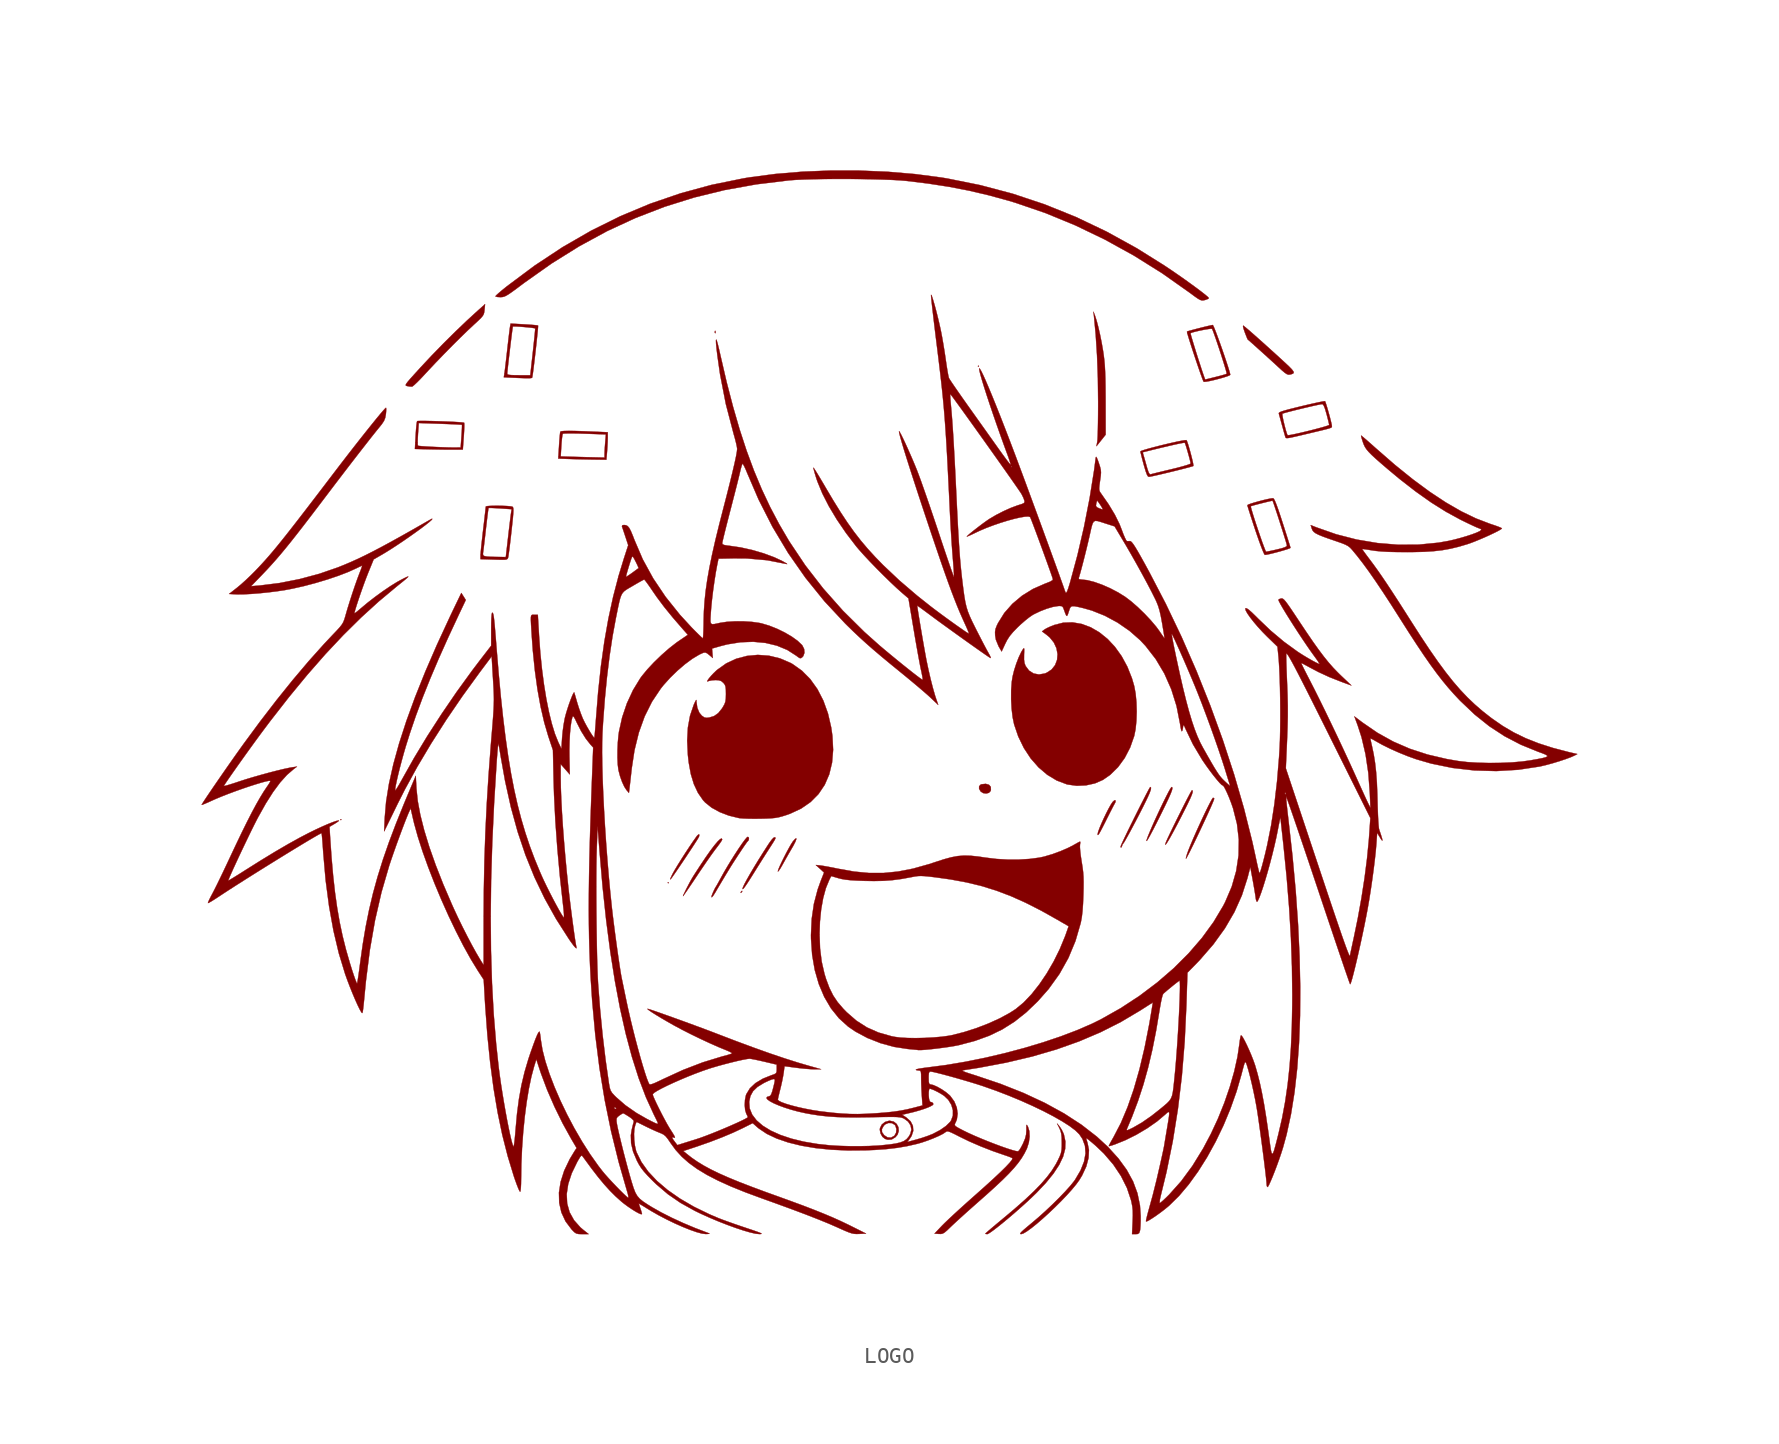
<source format=kicad_sym>
(kicad_symbol_lib
  (version 20210619)
  (generator bitmap2component)
  (symbol "LOGO"
    (pin_names
      (offset 1.016))
    (property "Reference" "#G"
      (at 0 32.786 0)
      (effects (font (size 1.27 1.27)) hide))
    (symbol "LOGO_0_0"
      (polyline (pts (xy -17.557 -33.165) (xy -17.75 -33.001) (xy -18.15 -32.551) (xy -18.426 -32.053) (xy -18.579 -31.509) (xy -18.608 -30.919) (xy -18.513 -30.288) (xy -18.293 -29.617) (xy -17.95 -28.909) (xy -17.869 -28.767) (xy -17.767 -28.599) (xy -17.7 -28.523) (xy -17.65 -28.522) (xy -17.599 -28.579) (xy -17.518 -28.691) (xy -17.055 -29.322) (xy -16.642 -29.857) (xy -16.264 -30.313) (xy -15.906 -30.708) (xy -15.556 -31.058) (xy -15.196 -31.381) (xy -15.025 -31.519) (xy -14.775 -31.704) (xy -14.52 -31.876) (xy -14.284 -32.022) (xy -14.087 -32.127) (xy -13.953 -32.179) (xy -13.903 -32.163) (xy -13.907 -32.136) (xy -13.943 -32.002) (xy -14.003 -31.817) (xy -14.033 -31.733) (xy -14.084 -31.582) (xy -14.104 -31.512) (xy -14.077 -31.523) (xy -13.958 -31.59) (xy -13.768 -31.704) (xy -13.528 -31.853) (xy -13.335 -31.971) (xy -12.862 -32.241) (xy -12.362 -32.503) (xy -11.855 -32.748) (xy -11.36 -32.967) (xy -10.898 -33.153) (xy -10.49 -33.295) (xy -10.156 -33.386) (xy -9.916 -33.416) (xy -9.8 -33.411) (xy -9.692 -33.396) (xy -9.692 -33.376) (xy -9.849 -33.32) (xy -10.586 -33.039) (xy -11.333 -32.725) (xy -12.055 -32.392) (xy -12.716 -32.056) (xy -13.283 -31.735) (xy -13.536 -31.579) (xy -13.831 -31.384) (xy -14.046 -31.209) (xy -14.202 -31.028) (xy -14.323 -30.814) (xy -14.429 -30.54) (xy -14.543 -30.179) (xy -14.57 -30.087) (xy -14.683 -29.696) (xy -14.806 -29.248) (xy -14.934 -28.767) (xy -15.062 -28.276) (xy -15.182 -27.797) (xy -15.29 -27.355) (xy -15.379 -26.971) (xy -15.444 -26.671) (xy -15.479 -26.476) (xy -15.494 -26.356) (xy -15.493 -26.206) (xy -15.441 -26.109) (xy -15.32 -26.011) (xy -15.29 -25.99) (xy -15.155 -25.903) (xy -15.079 -25.868) (xy -15.026 -25.89) (xy -14.889 -25.969) (xy -14.705 -26.085) (xy -14.563 -26.185) (xy -14.434 -26.31) (xy -14.415 -26.403) (xy -14.447 -26.503) (xy -14.497 -26.697) (xy -14.552 -26.936) (xy -14.597 -27.237) (xy -14.583 -27.737) (xy -14.459 -28.262) (xy -14.219 -28.832) (xy -14.096 -29.063) (xy -13.953 -29.288) (xy -13.778 -29.513) (xy -13.548 -29.769) (xy -13.24 -30.083) (xy -13.016 -30.3) (xy -12.286 -30.923) (xy -11.494 -31.468) (xy -10.607 -31.961) (xy -10.213 -32.152) (xy -9.68 -32.392) (xy -9.13 -32.624) (xy -8.582 -32.838) (xy -8.057 -33.029) (xy -7.573 -33.19) (xy -7.151 -33.313) (xy -6.809 -33.392) (xy -6.568 -33.418) (xy -6.489 -33.416) (xy -6.432 -33.404) (xy -6.444 -33.378) (xy -6.537 -33.333) (xy -6.723 -33.263) (xy -7.014 -33.163) (xy -7.419 -33.027) (xy -7.723 -32.925) (xy -8.144 -32.78) (xy -8.539 -32.64) (xy -8.874 -32.518) (xy -9.116 -32.425) (xy -9.69 -32.181) (xy -10.656 -31.71) (xy -11.528 -31.202) (xy -12.299 -30.664) (xy -12.962 -30.1) (xy -13.511 -29.516) (xy -13.939 -28.917) (xy -14.24 -28.308) (xy -14.272 -28.215) (xy -14.345 -27.893) (xy -14.388 -27.526) (xy -14.399 -27.157) (xy -14.377 -26.83) (xy -14.318 -26.588) (xy -14.242 -26.405) (xy -13.655 -26.697) (xy -13.53 -26.758) (xy -13.231 -26.899) (xy -12.958 -27.021) (xy -12.757 -27.103) (xy -12.7 -27.125) (xy -12.551 -27.201) (xy -12.422 -27.308) (xy -12.285 -27.477) (xy -12.111 -27.733) (xy -11.794 -28.167) (xy -11.418 -28.579) (xy -10.976 -28.97) (xy -10.46 -29.345) (xy -9.858 -29.71) (xy -9.163 -30.07) (xy -8.364 -30.433) (xy -7.452 -30.802) (xy -6.417 -31.184) (xy -5.582 -31.484) (xy -4.566 -31.855) (xy -3.669 -32.192) (xy -2.893 -32.495) (xy -2.24 -32.761) (xy -1.712 -32.991) (xy -1.552 -33.064) (xy -1.225 -33.209) (xy -0.982 -33.309) (xy -0.796 -33.371) (xy -0.643 -33.402) (xy -0.495 -33.412) (xy -0.326 -33.407) (xy 0.1 -33.387) (xy -0.869 -32.902) (xy -1.018 -32.828) (xy -1.491 -32.602) (xy -1.993 -32.377) (xy -2.541 -32.146) (xy -3.15 -31.902) (xy -3.838 -31.638) (xy -4.621 -31.349) (xy -5.514 -31.026) (xy -6.165 -30.792) (xy -7.046 -30.465) (xy -7.818 -30.167) (xy -8.492 -29.89) (xy -9.08 -29.63) (xy -9.593 -29.381) (xy -10.042 -29.138) (xy -10.44 -28.895) (xy -10.797 -28.648) (xy -11.125 -28.39) (xy -11.321 -28.227) (xy -10.557 -27.975) (xy -10.441 -27.936) (xy -9.657 -27.661) (xy -8.903 -27.371) (xy -8.213 -27.081) (xy -7.62 -26.803) (xy -6.985 -26.485) (xy -6.703 -26.735) (xy -6.607 -26.816) (xy -6.106 -27.152) (xy -5.49 -27.444) (xy -4.769 -27.692) (xy -3.953 -27.893) (xy -3.051 -28.045) (xy -2.073 -28.146) (xy -1.031 -28.193) (xy 0.067 -28.184) (xy 0.643 -28.16) (xy 1.383 -28.107) (xy 2.048 -28.029) (xy 2.67 -27.922) (xy 3.283 -27.782) (xy 3.591 -27.694) (xy 3.96 -27.568) (xy 4.325 -27.426) (xy 4.654 -27.282) (xy 4.917 -27.148) (xy 5.082 -27.036) (xy 5.107 -27.017) (xy 5.171 -26.996) (xy 5.266 -27.01) (xy 5.414 -27.067) (xy 5.637 -27.173) (xy 5.955 -27.336) (xy 6.543 -27.622) (xy 7.252 -27.93) (xy 7.995 -28.221) (xy 8.723 -28.474) (xy 8.748 -28.482) (xy 8.981 -28.562) (xy 9.159 -28.631) (xy 9.246 -28.675) (xy 9.252 -28.686) (xy 9.216 -28.782) (xy 9.076 -28.959) (xy 8.835 -29.216) (xy 8.494 -29.552) (xy 8.054 -29.965) (xy 7.517 -30.453) (xy 6.885 -31.016) (xy 6.775 -31.113) (xy 6.361 -31.482) (xy 5.96 -31.844) (xy 5.591 -32.182) (xy 5.271 -32.48) (xy 5.017 -32.723) (xy 4.846 -32.894) (xy 4.378 -33.388) (xy 4.65 -33.408) (xy 4.654 -33.408) (xy 4.785 -33.41) (xy 4.895 -33.385) (xy 5.013 -33.315) (xy 5.167 -33.183) (xy 5.385 -32.973) (xy 5.497 -32.866) (xy 5.735 -32.645) (xy 6.04 -32.366) (xy 6.391 -32.049) (xy 6.769 -31.713) (xy 7.152 -31.374) (xy 7.62 -30.961) (xy 8.174 -30.46) (xy 8.639 -30.022) (xy 9.026 -29.636) (xy 9.345 -29.29) (xy 9.606 -28.973) (xy 9.82 -28.675) (xy 9.995 -28.384) (xy 10.143 -28.089) (xy 10.157 -28.058) (xy 10.271 -27.7) (xy 10.321 -27.328) (xy 10.304 -26.985) (xy 10.218 -26.712) (xy 10.204 -26.686) (xy 10.152 -26.599) (xy 10.126 -26.597) (xy 10.118 -26.696) (xy 10.119 -26.912) (xy 10.119 -26.937) (xy 10.101 -27.203) (xy 10.037 -27.456) (xy 9.911 -27.757) (xy 9.896 -27.787) (xy 9.782 -28.006) (xy 9.679 -28.17) (xy 9.608 -28.244) (xy 9.594 -28.247) (xy 9.46 -28.23) (xy 9.229 -28.168) (xy 8.919 -28.069) (xy 8.549 -27.94) (xy 8.14 -27.788) (xy 7.71 -27.621) (xy 7.28 -27.446) (xy 6.869 -27.271) (xy 6.497 -27.103) (xy 6.183 -26.95) (xy 5.988 -26.849) (xy 5.79 -26.741) (xy 5.679 -26.663) (xy 5.641 -26.596) (xy 5.657 -26.52) (xy 5.709 -26.415) (xy 5.773 -26.258) (xy 5.824 -25.895) (xy 5.769 -25.509) (xy 5.614 -25.131) (xy 5.364 -24.788) (xy 5.314 -24.737) (xy 5.091 -24.55) (xy 4.823 -24.368) (xy 4.548 -24.213) (xy 4.301 -24.104) (xy 4.118 -24.063) (xy 4.094 -24.061) (xy 4.043 -24.015) (xy 4.017 -23.892) (xy 4.011 -23.662) (xy 4.012 -23.523) (xy 4.026 -23.358) (xy 4.063 -23.28) (xy 4.13 -23.261) (xy 4.161 -23.264) (xy 4.327 -23.295) (xy 4.59 -23.357) (xy 4.931 -23.444) (xy 5.328 -23.551) (xy 5.758 -23.671) (xy 6.201 -23.799) (xy 6.634 -23.927) (xy 7.036 -24.051) (xy 7.386 -24.164) (xy 7.432 -24.18) (xy 8.223 -24.459) (xy 9.008 -24.761) (xy 9.772 -25.078) (xy 10.502 -25.405) (xy 11.186 -25.733) (xy 11.808 -26.058) (xy 12.357 -26.371) (xy 12.818 -26.666) (xy 13.178 -26.937) (xy 13.423 -27.176) (xy 13.621 -27.468) (xy 13.781 -27.901) (xy 13.816 -28.376) (xy 13.724 -28.889) (xy 13.506 -29.438) (xy 13.162 -30.024) (xy 13.099 -30.112) (xy 12.864 -30.404) (xy 12.549 -30.754) (xy 12.174 -31.145) (xy 11.757 -31.558) (xy 11.317 -31.974) (xy 10.871 -32.375) (xy 10.438 -32.743) (xy 10.168 -32.967) (xy 9.943 -33.16) (xy 9.803 -33.291) (xy 9.739 -33.37) (xy 9.739 -33.41) (xy 9.793 -33.421) (xy 9.938 -33.375) (xy 10.159 -33.242) (xy 10.443 -33.036) (xy 10.773 -32.77) (xy 11.136 -32.456) (xy 11.519 -32.109) (xy 11.906 -31.741) (xy 12.285 -31.365) (xy 12.64 -30.994) (xy 12.957 -30.642) (xy 13.223 -30.321) (xy 13.424 -30.046) (xy 13.602 -29.751) (xy 13.86 -29.196) (xy 14.002 -28.663) (xy 14.029 -28.163) (xy 13.937 -27.709) (xy 13.914 -27.642) (xy 13.87 -27.492) (xy 13.863 -27.423) (xy 13.909 -27.45) (xy 14.037 -27.548) (xy 14.225 -27.704) (xy 14.453 -27.9) (xy 14.965 -28.389) (xy 15.549 -29.07) (xy 16.032 -29.791) (xy 16.404 -30.534) (xy 16.654 -31.282) (xy 16.688 -31.422) (xy 16.74 -31.691) (xy 16.767 -31.952) (xy 16.772 -32.251) (xy 16.759 -32.636) (xy 16.723 -33.421) (xy 16.945 -33.421) (xy 17.071 -33.413) (xy 17.166 -33.354) (xy 17.218 -33.204) (xy 17.232 -33.116) (xy 17.249 -32.894) (xy 17.26 -32.603) (xy 17.261 -32.285) (xy 17.217 -31.631) (xy 17.059 -30.866) (xy 16.785 -30.126) (xy 16.389 -29.403) (xy 15.868 -28.688) (xy 15.218 -27.972) (xy 14.527 -27.334) (xy 13.563 -26.586) (xy 12.476 -25.88) (xy 11.268 -25.218) (xy 9.941 -24.6) (xy 8.497 -24.028) (xy 6.94 -23.503) (xy 6.612 -23.4) (xy 6.352 -23.314) (xy 6.196 -23.254) (xy 6.13 -23.215) (xy 6.141 -23.189) (xy 6.217 -23.172) (xy 7.144 -23.027) (xy 8.867 -22.702) (xy 10.481 -22.321) (xy 11.993 -21.88) (xy 13.414 -21.375) (xy 14.753 -20.805) (xy 16.017 -20.167) (xy 17.216 -19.456) (xy 18.023 -18.941) (xy 17.964 -19.313) (xy 17.802 -20.274) (xy 17.509 -21.762) (xy 17.184 -23.129) (xy 16.828 -24.371) (xy 16.441 -25.487) (xy 16.024 -26.477) (xy 15.796 -26.916) (xy 16.383 -26.916) (xy 16.399 -26.854) (xy 16.725 -26.078) (xy 17.1 -25.086) (xy 17.431 -24.074) (xy 17.725 -23.021) (xy 17.989 -21.904) (xy 18.228 -20.698) (xy 18.448 -19.383) (xy 18.462 -19.297) (xy 18.52 -18.97) (xy 18.578 -18.694) (xy 18.629 -18.498) (xy 18.669 -18.407) (xy 18.728 -18.353) (xy 18.895 -18.207) (xy 19.096 -18.04) (xy 19.303 -17.871) (xy 19.489 -17.724) (xy 19.627 -17.619) (xy 19.69 -17.579) (xy 19.701 -17.597) (xy 19.713 -17.725) (xy 19.717 -17.964) (xy 19.712 -18.297) (xy 19.7 -18.712) (xy 19.681 -19.192) (xy 19.656 -19.722) (xy 19.626 -20.288) (xy 19.591 -20.875) (xy 19.553 -21.468) (xy 19.512 -22.051) (xy 19.469 -22.609) (xy 19.425 -23.129) (xy 19.38 -23.594) (xy 19.352 -23.869) (xy 19.311 -24.259) (xy 19.271 -24.553) (xy 19.221 -24.776) (xy 19.15 -24.95) (xy 19.049 -25.098) (xy 18.905 -25.246) (xy 18.709 -25.415) (xy 18.448 -25.63) (xy 17.93 -26.038) (xy 17.338 -26.449) (xy 16.796 -26.761) (xy 16.755 -26.782) (xy 16.542 -26.885) (xy 16.425 -26.928) (xy 16.383 -26.916) (xy 15.796 -26.916) (xy 15.577 -27.337) (xy 15.487 -27.495) (xy 15.368 -27.709) (xy 15.29 -27.86) (xy 15.267 -27.922) (xy 15.31 -27.918) (xy 15.449 -27.88) (xy 15.647 -27.815) (xy 16.297 -27.554) (xy 16.991 -27.209) (xy 17.664 -26.811) (xy 18.28 -26.382) (xy 18.799 -25.944) (xy 18.8 -25.943) (xy 18.912 -25.84) (xy 18.989 -25.787) (xy 19.033 -25.798) (xy 19.047 -25.885) (xy 19.031 -26.063) (xy 18.989 -26.346) (xy 18.922 -26.747) (xy 18.877 -27.012) (xy 18.825 -27.323) (xy 18.782 -27.578) (xy 18.756 -27.739) (xy 18.741 -27.829) (xy 18.724 -27.929) (xy 18.703 -28.037) (xy 18.674 -28.178) (xy 18.631 -28.377) (xy 18.569 -28.657) (xy 18.483 -29.043) (xy 18.26 -30.012) (xy 18.016 -30.987) (xy 17.902 -31.4) (xy 18.443 -31.4) (xy 18.468 -31.229) (xy 18.521 -30.998) (xy 18.877 -29.535) (xy 19.27 -27.601) (xy 19.589 -25.606) (xy 19.836 -23.538) (xy 20.012 -21.381) (xy 20.119 -19.123) (xy 20.184 -17.083) (xy 20.711 -16.546) (xy 20.952 -16.295) (xy 21.804 -15.313) (xy 22.525 -14.314) (xy 23.119 -13.294) (xy 23.587 -12.248) (xy 23.933 -11.174) (xy 24.113 -10.483) (xy 24.26 -11.274) (xy 24.313 -11.567) (xy 24.371 -11.903) (xy 24.418 -12.19) (xy 24.446 -12.386) (xy 24.463 -12.498) (xy 24.501 -12.626) (xy 24.54 -12.651) (xy 24.585 -12.586) (xy 24.677 -12.388) (xy 24.789 -12.089) (xy 24.918 -11.706) (xy 25.057 -11.258) (xy 25.202 -10.762) (xy 25.347 -10.236) (xy 25.487 -9.697) (xy 25.617 -9.165) (xy 25.732 -8.656) (xy 25.827 -8.188) (xy 25.843 -8.101) (xy 25.902 -7.802) (xy 25.95 -7.569) (xy 25.983 -7.425) (xy 25.996 -7.39) (xy 25.999 -7.416) (xy 26.014 -7.558) (xy 26.04 -7.804) (xy 26.076 -8.133) (xy 26.119 -8.525) (xy 26.167 -8.961) (xy 26.182 -9.095) (xy 26.385 -11.124) (xy 26.541 -13.054) (xy 26.651 -14.906) (xy 26.715 -16.703) (xy 26.737 -18.469) (xy 26.734 -19.073) (xy 26.708 -20.473) (xy 26.652 -21.764) (xy 26.565 -22.964) (xy 26.444 -24.088) (xy 26.289 -25.154) (xy 26.098 -26.176) (xy 25.868 -27.171) (xy 25.787 -27.492) (xy 25.68 -27.905) (xy 25.598 -28.194) (xy 25.534 -28.361) (xy 25.483 -28.409) (xy 25.439 -28.341) (xy 25.398 -28.161) (xy 25.353 -27.87) (xy 25.299 -27.472) (xy 25.234 -26.999) (xy 25.101 -26.093) (xy 24.971 -25.297) (xy 24.84 -24.594) (xy 24.707 -23.97) (xy 24.567 -23.409) (xy 24.418 -22.893) (xy 24.397 -22.828) (xy 24.294 -22.538) (xy 24.17 -22.224) (xy 24.033 -21.905) (xy 23.895 -21.604) (xy 23.765 -21.341) (xy 23.653 -21.139) (xy 23.57 -21.019) (xy 23.525 -21.002) (xy 23.498 -21.095) (xy 23.463 -21.285) (xy 23.433 -21.523) (xy 23.313 -22.331) (xy 23.109 -23.251) (xy 22.832 -24.219) (xy 22.492 -25.209) (xy 22.095 -26.196) (xy 21.651 -27.152) (xy 21.167 -28.065) (xy 20.498 -29.153) (xy 19.791 -30.114) (xy 19.045 -30.949) (xy 18.855 -31.137) (xy 18.665 -31.316) (xy 18.524 -31.438) (xy 18.456 -31.483) (xy 18.45 -31.48) (xy 18.443 -31.4) (xy 17.902 -31.4) (xy 17.772 -31.873) (xy 17.709 -32.1) (xy 17.643 -32.355) (xy 17.602 -32.541) (xy 17.593 -32.627) (xy 17.637 -32.628) (xy 17.767 -32.565) (xy 17.963 -32.445) (xy 18.204 -32.284) (xy 18.467 -32.096) (xy 18.731 -31.896) (xy 18.975 -31.697) (xy 19.047 -31.635) (xy 19.657 -31.036) (xy 20.261 -30.322) (xy 20.849 -29.508) (xy 21.414 -28.611) (xy 21.945 -27.646) (xy 22.435 -26.629) (xy 22.873 -25.576) (xy 23.253 -24.504) (xy 23.564 -23.428) (xy 23.567 -23.414) (xy 23.656 -23.072) (xy 23.719 -22.843) (xy 23.765 -22.713) (xy 23.799 -22.666) (xy 23.83 -22.686) (xy 23.862 -22.76) (xy 23.903 -22.874) (xy 23.995 -23.181) (xy 24.099 -23.575) (xy 24.208 -24.029) (xy 24.316 -24.514) (xy 24.416 -25) (xy 24.501 -25.459) (xy 24.504 -25.476) (xy 24.553 -25.779) (xy 24.611 -26.165) (xy 24.675 -26.615) (xy 24.744 -27.11) (xy 24.814 -27.629) (xy 24.883 -28.153) (xy 24.949 -28.663) (xy 25.008 -29.138) (xy 25.059 -29.559) (xy 25.098 -29.907) (xy 25.124 -30.162) (xy 25.133 -30.304) (xy 25.148 -30.422) (xy 25.191 -30.48) (xy 25.215 -30.458) (xy 25.286 -30.332) (xy 25.386 -30.113) (xy 25.508 -29.822) (xy 25.644 -29.479) (xy 25.785 -29.105) (xy 25.923 -28.721) (xy 26.05 -28.348) (xy 26.158 -28.007) (xy 26.381 -27.195) (xy 26.654 -25.935) (xy 26.875 -24.559) (xy 27.043 -23.069) (xy 27.159 -21.47) (xy 27.223 -19.766) (xy 27.233 -17.96) (xy 27.191 -16.055) (xy 27.097 -14.057) (xy 26.95 -11.968) (xy 26.749 -9.792) (xy 26.496 -7.533) (xy 26.481 -7.408) (xy 26.434 -7) (xy 26.395 -6.641) (xy 26.367 -6.354) (xy 26.351 -6.157) (xy 26.351 -6.072) (xy 26.352 -6.073) (xy 26.384 -6.148) (xy 26.454 -6.34) (xy 26.561 -6.639) (xy 26.699 -7.038) (xy 26.868 -7.527) (xy 27.063 -8.098) (xy 27.282 -8.742) (xy 27.522 -9.45) (xy 27.78 -10.214) (xy 28.052 -11.025) (xy 28.337 -11.874) (xy 28.386 -12.02) (xy 28.669 -12.867) (xy 28.941 -13.677) (xy 29.198 -14.44) (xy 29.436 -15.148) (xy 29.654 -15.792) (xy 29.848 -16.362) (xy 30.014 -16.85) (xy 30.151 -17.247) (xy 30.254 -17.544) (xy 30.321 -17.732) (xy 30.349 -17.803) (xy 30.368 -17.788) (xy 30.415 -17.665) (xy 30.483 -17.437) (xy 30.567 -17.117) (xy 30.666 -16.722) (xy 30.775 -16.266) (xy 30.89 -15.763) (xy 31.009 -15.23) (xy 31.127 -14.68) (xy 31.242 -14.129) (xy 31.349 -13.591) (xy 31.446 -13.082) (xy 31.452 -13.047) (xy 31.548 -12.495) (xy 31.644 -11.882) (xy 31.737 -11.241) (xy 31.823 -10.604) (xy 31.896 -10.002) (xy 31.954 -9.467) (xy 31.991 -9.032) (xy 32.038 -8.339) (xy 32.184 -8.582) (xy 32.285 -8.743) (xy 32.35 -8.828) (xy 32.37 -8.815) (xy 32.346 -8.697) (xy 32.276 -8.469) (xy 32.161 -8.121) (xy 32.148 -8.061) (xy 32.128 -7.867) (xy 32.107 -7.575) (xy 32.089 -7.205) (xy 32.073 -6.778) (xy 32.061 -6.317) (xy 32.051 -5.919) (xy 32.021 -5.183) (xy 31.974 -4.542) (xy 31.909 -3.966) (xy 31.823 -3.43) (xy 31.713 -2.908) (xy 31.67 -2.72) (xy 31.632 -2.544) (xy 31.617 -2.457) (xy 31.649 -2.455) (xy 31.766 -2.507) (xy 31.939 -2.606) (xy 31.944 -2.609) (xy 32.354 -2.839) (xy 32.853 -3.086) (xy 33.4 -3.33) (xy 33.956 -3.555) (xy 34.48 -3.743) (xy 35.423 -4.016) (xy 36.752 -4.288) (xy 38.114 -4.444) (xy 39.486 -4.483) (xy 40.847 -4.403) (xy 42.174 -4.203) (xy 42.226 -4.193) (xy 42.594 -4.106) (xy 43.005 -3.994) (xy 43.425 -3.867) (xy 43.817 -3.736) (xy 44.148 -3.613) (xy 44.383 -3.508) (xy 44.55 -3.42) (xy 44.35 -3.375) (xy 44.013 -3.297) (xy 43.02 -3.037) (xy 42.133 -2.752) (xy 41.329 -2.435) (xy 40.59 -2.076) (xy 39.892 -1.667) (xy 39.215 -1.198) (xy 39.123 -1.129) (xy 38.62 -0.733) (xy 38.145 -0.322) (xy 37.687 0.115) (xy 37.237 0.589) (xy 36.785 1.112) (xy 36.322 1.697) (xy 35.837 2.354) (xy 35.321 3.096) (xy 34.764 3.934) (xy 34.157 4.88) (xy 33.798 5.446) (xy 33.362 6.127) (xy 32.98 6.716) (xy 32.643 7.227) (xy 32.342 7.672) (xy 32.068 8.066) (xy 31.813 8.42) (xy 31.568 8.748) (xy 31.565 8.752) (xy 31.38 8.998) (xy 31.23 9.202) (xy 31.132 9.342) (xy 31.1 9.397) (xy 31.127 9.396) (xy 31.259 9.38) (xy 31.477 9.348) (xy 31.75 9.304) (xy 31.936 9.277) (xy 32.297 9.242) (xy 32.736 9.217) (xy 33.272 9.204) (xy 33.922 9.2) (xy 34.276 9.202) (xy 34.965 9.219) (xy 35.564 9.257) (xy 36.104 9.319) (xy 36.616 9.411) (xy 37.129 9.534) (xy 37.673 9.695) (xy 37.812 9.741) (xy 38.1 9.849) (xy 38.424 9.981) (xy 38.761 10.125) (xy 39.088 10.273) (xy 39.382 10.413) (xy 39.62 10.534) (xy 39.779 10.628) (xy 39.838 10.682) (xy 39.796 10.711) (xy 39.651 10.774) (xy 39.425 10.857) (xy 39.144 10.951) (xy 39.094 10.967) (xy 38.216 11.303) (xy 37.297 11.747) (xy 36.334 12.302) (xy 35.325 12.969) (xy 34.266 13.751) (xy 33.154 14.649) (xy 31.987 15.665) (xy 31.976 15.674) (xy 31.684 15.935) (xy 31.428 16.16) (xy 31.224 16.336) (xy 31.088 16.449) (xy 31.035 16.485) (xy 31.042 16.428) (xy 31.084 16.276) (xy 31.151 16.066) (xy 31.209 15.911) (xy 31.28 15.766) (xy 31.377 15.62) (xy 31.512 15.46) (xy 31.698 15.271) (xy 31.948 15.04) (xy 32.276 14.752) (xy 32.694 14.393) (xy 33.434 13.776) (xy 34.45 12.986) (xy 35.415 12.303) (xy 36.34 11.722) (xy 37.231 11.236) (xy 37.364 11.17) (xy 37.695 11.009) (xy 37.991 10.868) (xy 38.225 10.761) (xy 38.367 10.703) (xy 38.403 10.69) (xy 38.529 10.637) (xy 38.547 10.591) (xy 38.475 10.526) (xy 38.434 10.5) (xy 38.243 10.412) (xy 37.962 10.307) (xy 37.618 10.194) (xy 37.239 10.082) (xy 36.856 9.981) (xy 36.496 9.899) (xy 35.873 9.789) (xy 34.632 9.667) (xy 33.355 9.659) (xy 32.059 9.766) (xy 30.761 9.984) (xy 29.48 10.313) (xy 28.232 10.75) (xy 27.888 10.887) (xy 27.957 10.661) (xy 27.959 10.658) (xy 28.003 10.556) (xy 28.077 10.465) (xy 28.198 10.376) (xy 28.381 10.283) (xy 28.643 10.175) (xy 29.001 10.045) (xy 29.47 9.884) (xy 29.509 9.871) (xy 29.834 9.757) (xy 30.063 9.664) (xy 30.226 9.575) (xy 30.353 9.474) (xy 30.472 9.346) (xy 30.792 8.959) (xy 31.148 8.5) (xy 31.532 7.975) (xy 31.95 7.374) (xy 32.411 6.687) (xy 32.922 5.904) (xy 33.489 5.013) (xy 34.023 4.173) (xy 34.515 3.417) (xy 34.96 2.752) (xy 35.369 2.165) (xy 35.75 1.643) (xy 36.114 1.173) (xy 36.47 0.742) (xy 36.827 0.337) (xy 37.195 -0.055) (xy 37.235 -0.096) (xy 38.132 -0.949) (xy 39.048 -1.682) (xy 40.002 -2.305) (xy 41.014 -2.833) (xy 42.101 -3.276) (xy 42.334 -3.36) (xy 42.544 -3.444) (xy 42.66 -3.511) (xy 42.675 -3.566) (xy 42.583 -3.618) (xy 42.377 -3.673) (xy 42.053 -3.737) (xy 41.602 -3.817) (xy 41.099 -3.887) (xy 40.458 -3.942) (xy 39.757 -3.972) (xy 39.033 -3.979) (xy 38.323 -3.962) (xy 37.666 -3.921) (xy 37.097 -3.854) (xy 36.392 -3.732) (xy 35.193 -3.452) (xy 34.083 -3.09) (xy 33.047 -2.641) (xy 32.068 -2.098) (xy 31.133 -1.456) (xy 30.615 -1.065) (xy 30.82 -1.619) (xy 31.064 -2.372) (xy 31.315 -3.442) (xy 31.488 -4.604) (xy 31.581 -5.849) (xy 31.62 -6.785) (xy 31.485 -6.517) (xy 31.453 -6.45) (xy 31.36 -6.252) (xy 31.227 -5.965) (xy 31.065 -5.609) (xy 30.883 -5.207) (xy 30.69 -4.779) (xy 30.671 -4.737) (xy 30.327 -3.981) (xy 29.957 -3.182) (xy 29.573 -2.364) (xy 29.185 -1.551) (xy 28.806 -0.765) (xy 28.446 -0.032) (xy 28.117 0.627) (xy 27.831 1.186) (xy 27.656 1.524) (xy 27.504 1.824) (xy 27.386 2.061) (xy 27.312 2.217) (xy 27.292 2.273) (xy 27.304 2.268) (xy 27.406 2.219) (xy 27.586 2.124) (xy 27.814 2) (xy 28.366 1.708) (xy 29.057 1.389) (xy 29.805 1.094) (xy 30.434 0.864) (xy 29.796 1.467) (xy 29.581 1.677) (xy 29.291 1.978) (xy 29.003 2.306) (xy 28.705 2.675) (xy 28.385 3.1) (xy 28.032 3.595) (xy 27.634 4.177) (xy 27.179 4.858) (xy 27.119 4.949) (xy 26.837 5.375) (xy 26.616 5.703) (xy 26.447 5.945) (xy 26.32 6.114) (xy 26.225 6.222) (xy 26.152 6.281) (xy 26.093 6.303) (xy 26.037 6.3) (xy 25.925 6.266) (xy 25.868 6.22) (xy 25.902 6.129) (xy 26.001 5.942) (xy 26.155 5.676) (xy 26.353 5.349) (xy 26.586 4.976) (xy 26.843 4.573) (xy 27.112 4.158) (xy 27.385 3.745) (xy 27.651 3.352) (xy 27.898 2.995) (xy 28.118 2.69) (xy 28.199 2.579) (xy 28.334 2.388) (xy 28.419 2.255) (xy 28.44 2.206) (xy 28.383 2.221) (xy 28.221 2.296) (xy 27.989 2.419) (xy 27.715 2.575) (xy 27.422 2.751) (xy 27.138 2.932) (xy 27.051 2.99) (xy 26.222 3.593) (xy 25.394 4.287) (xy 24.606 5.039) (xy 24.469 5.177) (xy 24.205 5.434) (xy 24.015 5.6) (xy 23.888 5.684) (xy 23.817 5.692) (xy 23.8 5.669) (xy 23.826 5.555) (xy 23.929 5.369) (xy 24.097 5.127) (xy 24.318 4.843) (xy 24.58 4.534) (xy 24.872 4.215) (xy 25.181 3.902) (xy 25.81 3.292) (xy 25.873 2.665) (xy 25.892 2.443) (xy 25.922 1.962) (xy 25.947 1.388) (xy 25.966 0.746) (xy 25.979 0.063) (xy 25.985 -0.636) (xy 25.985 -1.325) (xy 25.978 -1.978) (xy 25.964 -2.57) (xy 25.942 -3.075) (xy 25.91 -3.603) (xy 25.851 -4.311) (xy 26.332 -4.311) (xy 26.411 -2.519) (xy 26.439 -1.756) (xy 26.454 -1.065) (xy 26.454 -0.402) (xy 26.439 0.285) (xy 26.41 1.049) (xy 26.39 1.513) (xy 26.374 1.942) (xy 26.363 2.308) (xy 26.357 2.595) (xy 26.356 2.783) (xy 26.362 2.856) (xy 26.37 2.86) (xy 26.402 2.842) (xy 26.452 2.781) (xy 26.525 2.67) (xy 26.623 2.502) (xy 26.75 2.272) (xy 26.91 1.973) (xy 27.105 1.598) (xy 27.339 1.142) (xy 27.616 0.598) (xy 27.938 -0.042) (xy 28.308 -0.781) (xy 28.732 -1.629) (xy 29.21 -2.59) (xy 31.615 -7.418) (xy 31.546 -8.438) (xy 31.518 -8.815) (xy 31.407 -9.951) (xy 31.252 -11.164) (xy 31.058 -12.418) (xy 30.831 -13.678) (xy 30.577 -14.911) (xy 30.527 -15.135) (xy 30.456 -15.465) (xy 30.398 -15.734) (xy 30.36 -15.919) (xy 30.346 -15.997) (xy 30.344 -16.027) (xy 30.328 -16.035) (xy 30.297 -15.988) (xy 30.247 -15.882) (xy 30.178 -15.709) (xy 30.086 -15.464) (xy 29.97 -15.141) (xy 29.826 -14.734) (xy 29.655 -14.236) (xy 29.452 -13.642) (xy 29.216 -12.944) (xy 28.945 -12.139) (xy 28.637 -11.218) (xy 28.289 -10.177) (xy 26.332 -4.311) (xy 25.851 -4.311) (xy 25.785 -5.115) (xy 25.695 -5.882) (xy 26.269 -5.882) (xy 26.274 -5.847) (xy 26.314 -5.838) (xy 26.322 -5.847) (xy 26.314 -5.927) (xy 26.293 -5.937) (xy 26.269 -5.882) (xy 25.695 -5.882) (xy 25.618 -6.546) (xy 25.413 -7.879) (xy 25.17 -9.099) (xy 25.136 -9.248) (xy 25.033 -9.687) (xy 24.934 -10.081) (xy 24.845 -10.414) (xy 24.771 -10.668) (xy 24.715 -10.825) (xy 24.684 -10.87) (xy 24.671 -10.836) (xy 24.633 -10.689) (xy 24.576 -10.45) (xy 24.507 -10.139) (xy 24.431 -9.781) (xy 24.238 -8.902) (xy 23.718 -6.825) (xy 23.102 -4.699) (xy 22.396 -2.543) (xy 21.609 -0.379) (xy 20.748 1.774) (xy 19.821 3.894) (xy 18.835 5.961) (xy 17.798 7.954) (xy 17.523 8.46) (xy 17.275 8.906) (xy 17.077 9.254) (xy 16.921 9.514) (xy 16.8 9.697) (xy 16.709 9.813) (xy 16.641 9.874) (xy 16.589 9.888) (xy 16.533 9.884) (xy 16.4 9.885) (xy 16.356 9.937) (xy 16.277 10.092) (xy 16.178 10.325) (xy 16.071 10.611) (xy 15.938 10.95) (xy 15.645 11.543) (xy 15.255 12.19) (xy 14.76 12.901) (xy 14.712 12.974) (xy 14.677 13.066) (xy 14.668 13.191) (xy 14.685 13.381) (xy 14.725 13.67) (xy 14.726 13.675) (xy 14.766 13.965) (xy 14.781 14.171) (xy 14.768 14.343) (xy 14.724 14.527) (xy 14.644 14.772) (xy 14.591 14.923) (xy 14.52 15.098) (xy 14.476 15.157) (xy 14.454 15.106) (xy 14.349 14.303) (xy 14.069 12.553) (xy 13.977 12.085) (xy 14.466 12.085) (xy 14.48 12.216) (xy 14.514 12.347) (xy 14.538 12.417) (xy 14.555 12.406) (xy 14.627 12.315) (xy 14.734 12.161) (xy 14.796 12.063) (xy 14.873 11.928) (xy 14.894 11.868) (xy 14.889 11.866) (xy 14.804 11.886) (xy 14.654 11.941) (xy 14.527 12.004) (xy 14.466 12.085) (xy 13.977 12.085) (xy 13.72 10.773) (xy 13.311 9.012) (xy 12.924 7.579) (xy 13.39 7.579) (xy 13.419 7.667) (xy 13.483 7.888) (xy 13.567 8.197) (xy 13.665 8.571) (xy 13.77 8.983) (xy 13.876 9.41) (xy 13.976 9.826) (xy 14.065 10.208) (xy 14.112 10.422) (xy 14.186 10.75) (xy 14.251 10.972) (xy 14.324 11.102) (xy 14.425 11.154) (xy 14.574 11.141) (xy 14.787 11.079) (xy 15.085 10.982) (xy 15.632 10.808) (xy 16.234 9.799) (xy 16.336 9.628) (xy 16.668 9.056) (xy 17.012 8.447) (xy 17.352 7.832) (xy 17.671 7.241) (xy 17.952 6.704) (xy 18.179 6.25) (xy 18.251 6.094) (xy 18.356 5.83) (xy 18.442 5.545) (xy 18.52 5.202) (xy 18.601 4.763) (xy 18.626 4.616) (xy 18.679 4.298) (xy 18.713 4.085) (xy 19.198 4.085) (xy 19.228 4.05) (xy 19.302 3.907) (xy 19.414 3.673) (xy 19.556 3.362) (xy 19.723 2.992) (xy 19.906 2.577) (xy 20.098 2.134) (xy 20.293 1.679) (xy 20.484 1.228) (xy 20.663 0.797) (xy 20.823 0.401) (xy 20.833 0.376) (xy 21.085 -0.269) (xy 21.351 -0.975) (xy 21.622 -1.711) (xy 21.885 -2.447) (xy 22.13 -3.152) (xy 22.346 -3.795) (xy 22.523 -4.345) (xy 22.556 -4.455) (xy 22.655 -4.776) (xy 22.739 -5.045) (xy 22.799 -5.239) (xy 22.828 -5.331) (xy 22.843 -5.379) (xy 22.837 -5.4) (xy 22.788 -5.368) (xy 22.678 -5.27) (xy 22.489 -5.094) (xy 22.477 -5.082) (xy 22.365 -4.971) (xy 22.257 -4.848) (xy 22.143 -4.698) (xy 22.014 -4.505) (xy 21.859 -4.256) (xy 21.67 -3.934) (xy 21.436 -3.525) (xy 21.148 -3.014) (xy 20.982 -2.698) (xy 20.804 -2.304) (xy 20.63 -1.855) (xy 20.457 -1.342) (xy 20.281 -0.751) (xy 20.099 -0.072) (xy 19.908 0.705) (xy 19.704 1.592) (xy 19.485 2.601) (xy 19.447 2.78) (xy 19.363 3.185) (xy 19.292 3.537) (xy 19.239 3.818) (xy 19.206 4.007) (xy 19.198 4.085) (xy 18.713 4.085) (xy 18.72 4.043) (xy 18.746 3.872) (xy 18.752 3.81) (xy 18.742 3.82) (xy 18.675 3.912) (xy 18.558 4.078) (xy 18.41 4.295) (xy 18.228 4.542) (xy 17.891 4.94) (xy 17.497 5.358) (xy 17.078 5.763) (xy 16.665 6.123) (xy 16.291 6.407) (xy 15.853 6.679) (xy 15.355 6.94) (xy 14.847 7.162) (xy 14.358 7.335) (xy 13.917 7.447) (xy 13.551 7.486) (xy 13.534 7.487) (xy 13.405 7.51) (xy 13.39 7.579) (xy 12.924 7.579) (xy 12.853 7.319) (xy 12.828 7.231) (xy 12.734 6.929) (xy 12.665 6.743) (xy 12.612 6.661) (xy 12.57 6.671) (xy 12.532 6.761) (xy 12.492 6.878) (xy 12.41 7.111) (xy 12.291 7.444) (xy 12.14 7.864) (xy 11.962 8.358) (xy 11.76 8.913) (xy 11.541 9.516) (xy 11.308 10.153) (xy 11.067 10.814) (xy 10.822 11.483) (xy 10.577 12.148) (xy 10.339 12.796) (xy 10.111 13.415) (xy 9.898 13.99) (xy 9.704 14.51) (xy 9.43 15.243) (xy 9.103 16.105) (xy 8.791 16.916) (xy 8.498 17.668) (xy 8.225 18.353) (xy 7.977 18.965) (xy 7.756 19.496) (xy 7.566 19.939) (xy 7.409 20.285) (xy 7.289 20.528) (xy 7.208 20.661) (xy 7.17 20.675) (xy 7.168 20.657) (xy 7.189 20.519) (xy 7.252 20.272) (xy 7.35 19.929) (xy 7.481 19.503) (xy 7.64 19.005) (xy 7.823 18.45) (xy 8.026 17.849) (xy 8.245 17.216) (xy 8.475 16.563) (xy 8.712 15.902) (xy 8.953 15.247) (xy 8.997 15.126) (xy 9.076 14.895) (xy 9.124 14.73) (xy 9.134 14.66) (xy 9.134 14.659) (xy 9.086 14.706) (xy 8.975 14.845) (xy 8.812 15.061) (xy 8.611 15.336) (xy 8.382 15.655) (xy 8.172 15.951) (xy 7.88 16.361) (xy 7.548 16.829) (xy 7.193 17.327) (xy 6.837 17.828) (xy 6.497 18.305) (xy 6.407 18.432) (xy 6.118 18.841) (xy 5.856 19.216) (xy 5.63 19.542) (xy 5.452 19.804) (xy 5.332 19.987) (xy 5.279 20.076) (xy 5.268 20.113) (xy 5.231 20.278) (xy 5.185 20.536) (xy 5.133 20.86) (xy 5.08 21.222) (xy 5.075 21.262) (xy 5.008 21.709) (xy 4.93 22.189) (xy 4.85 22.647) (xy 4.777 23.027) (xy 4.748 23.164) (xy 4.667 23.525) (xy 4.577 23.9) (xy 4.484 24.268) (xy 4.392 24.608) (xy 4.308 24.899) (xy 4.238 25.122) (xy 4.187 25.256) (xy 4.16 25.28) (xy 4.161 25.233) (xy 4.175 25.063) (xy 4.204 24.785) (xy 4.245 24.412) (xy 4.298 23.958) (xy 4.36 23.437) (xy 4.43 22.861) (xy 4.506 22.246) (xy 4.538 21.993) (xy 4.627 21.274) (xy 4.706 20.62) (xy 4.776 20.015) (xy 4.839 19.447) (xy 4.896 18.9) (xy 4.947 18.361) (xy 4.994 17.816) (xy 5.037 17.25) (xy 5.079 16.65) (xy 5.12 16.001) (xy 5.161 15.289) (xy 5.203 14.501) (xy 5.247 13.62) (xy 5.296 12.635) (xy 5.348 11.53) (xy 5.351 11.488) (xy 5.379 10.948) (xy 5.413 10.369) (xy 5.449 9.795) (xy 5.486 9.268) (xy 5.521 8.831) (xy 5.547 8.509) (xy 5.572 8.17) (xy 5.589 7.898) (xy 5.596 7.715) (xy 5.593 7.643) (xy 5.575 7.678) (xy 5.519 7.827) (xy 5.429 8.08) (xy 5.309 8.426) (xy 5.164 8.85) (xy 4.997 9.342) (xy 4.814 9.888) (xy 4.619 10.476) (xy 4.515 10.788) (xy 4.301 11.424) (xy 4.09 12.046) (xy 3.886 12.638) (xy 3.697 13.178) (xy 3.53 13.649) (xy 3.39 14.03) (xy 3.286 14.304) (xy 3.189 14.544) (xy 3.032 14.92) (xy 2.865 15.305) (xy 2.699 15.681) (xy 2.54 16.029) (xy 2.398 16.329) (xy 2.282 16.563) (xy 2.2 16.711) (xy 2.162 16.756) (xy 2.159 16.739) (xy 2.181 16.612) (xy 2.244 16.366) (xy 2.347 16.009) (xy 2.486 15.547) (xy 2.661 14.985) (xy 2.87 14.329) (xy 3.11 13.587) (xy 3.379 12.763) (xy 3.676 11.864) (xy 3.999 10.895) (xy 4.181 10.352) (xy 4.486 9.45) (xy 4.757 8.656) (xy 5 7.958) (xy 5.219 7.343) (xy 5.418 6.8) (xy 5.602 6.316) (xy 5.775 5.878) (xy 5.942 5.474) (xy 6.109 5.092) (xy 6.278 4.719) (xy 6.353 4.554) (xy 6.451 4.328) (xy 6.514 4.168) (xy 6.53 4.102) (xy 6.526 4.102) (xy 6.445 4.147) (xy 6.277 4.256) (xy 6.041 4.419) (xy 5.753 4.621) (xy 5.431 4.851) (xy 5.092 5.096) (xy 4.753 5.345) (xy 4.431 5.585) (xy 4.144 5.803) (xy 3.297 6.475) (xy 2.174 7.436) (xy 1.168 8.387) (xy 0.677 8.891) (xy 0.207 9.405) (xy -0.231 9.923) (xy -0.65 10.464) (xy -1.066 11.048) (xy -1.493 11.695) (xy -1.946 12.424) (xy -2.439 13.255) (xy -2.527 13.407) (xy -2.733 13.755) (xy -2.912 14.053) (xy -3.055 14.284) (xy -3.15 14.431) (xy -3.189 14.479) (xy -3.188 14.446) (xy -3.155 14.308) (xy -3.093 14.09) (xy -3.01 13.82) (xy -2.941 13.615) (xy -2.632 12.867) (xy -2.225 12.069) (xy -1.729 11.24) (xy -1.155 10.397) (xy -0.514 9.558) (xy -0.345 9.358) (xy -0.029 9.004) (xy 0.349 8.6) (xy 0.765 8.17) (xy 1.198 7.736) (xy 1.623 7.321) (xy 2.018 6.949) (xy 2.361 6.643) (xy 2.751 6.309) (xy 3.075 4.374) (xy 3.082 4.337) (xy 3.171 3.809) (xy 3.261 3.294) (xy 3.347 2.816) (xy 3.424 2.398) (xy 3.487 2.065) (xy 3.534 1.84) (xy 3.565 1.7) (xy 3.612 1.458) (xy 3.64 1.285) (xy 3.641 1.213) (xy 3.609 1.227) (xy 3.486 1.312) (xy 3.285 1.462) (xy 3.021 1.666) (xy 2.71 1.912) (xy 2.365 2.188) (xy 2.002 2.483) (xy 1.635 2.785) (xy 1.278 3.082) (xy 0.947 3.361) (xy -0.005 4.211) (xy -1.345 5.538) (xy -2.578 6.928) (xy -3.695 8.37) (xy -4.691 9.859) (xy -4.72 9.905) (xy -5.33 10.947) (xy -5.896 12.019) (xy -6.421 13.135) (xy -6.911 14.306) (xy -7.369 15.546) (xy -7.802 16.869) (xy -8.213 18.286) (xy -8.609 19.811) (xy -8.992 21.456) (xy -9.083 21.859) (xy -9.167 22.2) (xy -9.228 22.41) (xy -9.266 22.488) (xy -9.281 22.434) (xy -9.274 22.249) (xy -9.244 21.932) (xy -9.191 21.484) (xy -9.026 20.325) (xy -8.664 18.457) (xy -8.186 16.628) (xy -8.099 16.319) (xy -8.024 16.023) (xy -7.973 15.789) (xy -7.954 15.65) (xy -7.971 15.482) (xy -8.025 15.18) (xy -8.117 14.752) (xy -8.246 14.199) (xy -8.412 13.522) (xy -8.614 12.721) (xy -8.853 11.798) (xy -9.071 10.949) (xy -9.317 9.946) (xy -9.522 9.042) (xy -9.69 8.224) (xy -9.822 7.477) (xy -9.922 6.785) (xy -9.991 6.134) (xy -10.033 5.51) (xy -10.05 4.897) (xy -10.053 4.644) (xy -10.062 4.313) (xy -10.073 4.049) (xy -10.086 3.874) (xy -10.1 3.811) (xy -10.112 3.817) (xy -10.2 3.894) (xy -10.357 4.045) (xy -10.565 4.251) (xy -10.805 4.495) (xy -11.528 5.281) (xy -12.429 6.406) (xy -13.206 7.563) (xy -13.855 8.749) (xy -14.375 9.96) (xy -14.474 10.219) (xy -14.596 10.511) (xy -14.699 10.707) (xy -14.797 10.824) (xy -14.902 10.88) (xy -15.026 10.895) (xy -15.128 10.878) (xy -15.157 10.812) (xy -15.149 10.789) (xy -15.102 10.654) (xy -15.03 10.439) (xy -14.944 10.18) (xy -14.763 9.631) (xy -15.031 8.806) (xy -15.364 7.715) (xy -15.378 7.661) (xy -14.906 7.661) (xy -14.905 7.672) (xy -14.878 7.784) (xy -14.824 7.978) (xy -14.754 8.215) (xy -14.679 8.46) (xy -14.61 8.674) (xy -14.559 8.821) (xy -14.545 8.854) (xy -14.509 8.918) (xy -14.467 8.906) (xy -14.401 8.805) (xy -14.294 8.599) (xy -14.198 8.403) (xy -14.133 8.256) (xy -14.116 8.195) (xy -14.117 8.195) (xy -14.186 8.146) (xy -14.33 8.04) (xy -14.521 7.899) (xy -14.547 7.881) (xy -14.729 7.754) (xy -14.857 7.675) (xy -14.906 7.661) (xy -15.378 7.661) (xy -15.705 6.41) (xy -16.001 5.046) (xy -16.254 3.611) (xy -16.467 2.09) (xy -16.642 0.468) (xy -16.782 -1.27) (xy -16.801 -1.537) (xy -16.827 -1.873) (xy -16.85 -2.143) (xy -16.869 -2.326) (xy -16.88 -2.397) (xy -16.895 -2.394) (xy -16.965 -2.315) (xy -17.074 -2.155) (xy -17.206 -1.94) (xy -17.347 -1.696) (xy -17.48 -1.45) (xy -17.588 -1.227) (xy -17.61 -1.18) (xy -17.724 -0.89) (xy -17.845 -0.549) (xy -17.948 -0.22) (xy -17.985 -0.09) (xy -18.057 0.157) (xy -18.11 0.342) (xy -18.136 0.43) (xy -18.149 0.437) (xy -18.198 0.363) (xy -18.273 0.199) (xy -18.364 -0.031) (xy -18.463 -0.304) (xy -18.56 -0.596) (xy -18.647 -0.881) (xy -18.715 -1.136) (xy -18.74 -1.251) (xy -18.805 -1.616) (xy -18.859 -2.021) (xy -18.894 -2.396) (xy -18.937 -3.088) (xy -19.125 -2.697) (xy -19.142 -2.659) (xy -19.345 -2.151) (xy -19.537 -1.524) (xy -19.717 -0.793) (xy -19.881 0.027) (xy -20.027 0.924) (xy -20.152 1.882) (xy -20.255 2.888) (xy -20.331 3.927) (xy -20.412 5.28) (xy -20.634 5.28) (xy -20.684 5.282) (xy -20.752 5.282) (xy -20.8 5.265) (xy -20.831 5.215) (xy -20.846 5.114) (xy -20.847 4.947) (xy -20.836 4.696) (xy -20.815 4.345) (xy -20.785 3.877) (xy -20.723 3.034) (xy -20.596 1.792) (xy -20.434 0.622) (xy -20.238 -0.461) (xy -20.012 -1.442) (xy -19.758 -2.306) (xy -19.467 -3.175) (xy -19.428 -4.98) (xy -19.398 -5.971) (xy -19.316 -7.611) (xy -19.191 -9.336) (xy -19.027 -11.125) (xy -18.824 -12.951) (xy -18.801 -13.164) (xy -18.78 -13.408) (xy -18.775 -13.574) (xy -18.785 -13.636) (xy -18.792 -13.633) (xy -18.858 -13.552) (xy -18.968 -13.374) (xy -19.115 -13.119) (xy -19.287 -12.805) (xy -19.475 -12.451) (xy -19.667 -12.078) (xy -19.854 -11.704) (xy -20.025 -11.348) (xy -20.171 -11.029) (xy -20.286 -10.765) (xy -20.618 -9.961) (xy -20.921 -9.151) (xy -21.197 -8.324) (xy -21.45 -7.47) (xy -21.681 -6.577) (xy -21.892 -5.636) (xy -22.085 -4.636) (xy -22.263 -3.565) (xy -22.427 -2.414) (xy -22.58 -1.172) (xy -22.724 0.172) (xy -22.86 1.629) (xy -22.991 3.208) (xy -23.037 3.788) (xy -23.077 4.276) (xy -23.11 4.657) (xy -23.139 4.943) (xy -23.164 5.148) (xy -23.188 5.284) (xy -23.211 5.365) (xy -23.236 5.404) (xy -23.264 5.414) (xy -23.273 5.406) (xy -23.295 5.299) (xy -23.313 5.082) (xy -23.324 4.77) (xy -23.328 4.382) (xy -23.328 3.349) (xy -24.039 2.427) (xy -24.518 1.795) (xy -25.487 0.459) (xy -26.426 -0.915) (xy -27.318 -2.297) (xy -28.142 -3.659) (xy -28.879 -4.97) (xy -28.926 -5.056) (xy -29.078 -5.326) (xy -29.203 -5.535) (xy -29.291 -5.664) (xy -29.328 -5.695) (xy -29.329 -5.693) (xy -29.324 -5.585) (xy -29.288 -5.369) (xy -29.225 -5.067) (xy -29.139 -4.698) (xy -29.036 -4.282) (xy -28.92 -3.842) (xy -28.797 -3.396) (xy -28.672 -2.965) (xy -28.408 -2.124) (xy -28.035 -1.032) (xy -27.614 0.101) (xy -27.138 1.29) (xy -26.603 2.549) (xy -26.003 3.889) (xy -25.332 5.327) (xy -24.914 6.208) (xy -25.053 6.428) (xy -25.192 6.648) (xy -25.738 5.513) (xy -25.896 5.181) (xy -26.714 3.413) (xy -27.441 1.736) (xy -28.077 0.15) (xy -28.623 -1.345) (xy -29.078 -2.748) (xy -29.441 -4.058) (xy -29.713 -5.273) (xy -29.893 -6.393) (xy -29.98 -7.418) (xy -30.016 -8.255) (xy -29.868 -7.954) (xy -29.801 -7.817) (xy -29.682 -7.574) (xy -29.528 -7.259) (xy -29.352 -6.898) (xy -29.167 -6.517) (xy -28.716 -5.626) (xy -27.945 -4.218) (xy -27.081 -2.765) (xy -26.134 -1.283) (xy -25.116 0.209) (xy -24.038 1.694) (xy -23.294 2.686) (xy -23.279 2.396) (xy -23.273 2.298) (xy -23.26 2.061) (xy -23.241 1.739) (xy -23.218 1.363) (xy -23.194 0.962) (xy -23.192 0.937) (xy -23.173 0.587) (xy -23.161 0.276) (xy -23.157 -0.02) (xy -23.163 -0.327) (xy -23.178 -0.668) (xy -23.204 -1.069) (xy -23.241 -1.553) (xy -23.29 -2.146) (xy -23.344 -2.796) (xy -23.488 -4.708) (xy -23.603 -6.536) (xy -23.689 -8.316) (xy -23.75 -10.082) (xy -23.785 -11.871) (xy -23.796 -13.545) (xy -23.357 -13.545) (xy -23.331 -11.302) (xy -23.259 -8.95) (xy -23.143 -6.482) (xy -22.983 -3.894) (xy -22.96 -3.578) (xy -22.934 -3.247) (xy -22.911 -2.988) (xy -22.892 -2.82) (xy -22.881 -2.764) (xy -22.88 -2.766) (xy -22.859 -2.849) (xy -22.823 -3.036) (xy -22.777 -3.3) (xy -22.724 -3.616) (xy -22.456 -5.115) (xy -22.094 -6.747) (xy -21.671 -8.282) (xy -21.183 -9.733) (xy -20.623 -11.115) (xy -19.987 -12.441) (xy -19.27 -13.727) (xy -18.465 -14.985) (xy -18.339 -15.167) (xy -18.163 -15.405) (xy -18.047 -15.535) (xy -17.993 -15.557) (xy -18.004 -15.466) (xy -18.017 -15.408) (xy -18.052 -15.214) (xy -18.098 -14.919) (xy -18.152 -14.543) (xy -18.212 -14.105) (xy -18.276 -13.626) (xy -18.34 -13.126) (xy -18.402 -12.624) (xy -18.46 -12.141) (xy -18.51 -11.697) (xy -18.604 -10.786) (xy -18.696 -9.809) (xy -18.778 -8.845) (xy -18.848 -7.913) (xy -18.905 -7.035) (xy -18.947 -6.229) (xy -18.974 -5.516) (xy -18.983 -4.915) (xy -18.983 -4.048) (xy -18.699 -4.371) (xy -18.415 -4.694) (xy -18.438 -3.567) (xy -18.441 -3.15) (xy -18.429 -2.621) (xy -18.403 -2.128) (xy -18.362 -1.694) (xy -18.311 -1.345) (xy -18.249 -1.105) (xy -18.247 -1.098) (xy -18.212 -1.059) (xy -18.16 -1.101) (xy -18.081 -1.237) (xy -17.963 -1.483) (xy -17.702 -1.994) (xy -17.412 -2.458) (xy -17.123 -2.824) (xy -16.953 -3.008) (xy -16.965 -3.336) (xy -16.396 -3.336) (xy -16.392 -2.656) (xy -16.373 -2.093) (xy -16.333 -1.416) (xy -16.225 0.016) (xy -16.089 1.399) (xy -15.928 2.712) (xy -15.744 3.935) (xy -15.539 5.047) (xy -15.494 5.271) (xy -15.404 5.717) (xy -15.33 6.059) (xy -15.264 6.315) (xy -15.196 6.504) (xy -15.116 6.644) (xy -15.014 6.754) (xy -14.882 6.852) (xy -14.71 6.956) (xy -14.488 7.085) (xy -14.228 7.237) (xy -13.999 7.367) (xy -13.836 7.454) (xy -13.764 7.486) (xy -13.757 7.483) (xy -13.688 7.404) (xy -13.565 7.24) (xy -13.402 7.01) (xy -13.215 6.734) (xy -12.971 6.381) (xy -12.513 5.77) (xy -11.972 5.105) (xy -11.337 4.372) (xy -11.034 4.031) (xy -11.615 3.636) (xy -11.75 3.542) (xy -12.207 3.185) (xy -12.686 2.764) (xy -13.155 2.311) (xy -13.577 1.859) (xy -13.919 1.442) (xy -14.01 1.316) (xy -14.463 0.575) (xy -14.845 -0.25) (xy -15.142 -1.127) (xy -15.341 -2.027) (xy -15.372 -2.255) (xy -15.413 -2.703) (xy -15.434 -3.18) (xy -15.436 -3.647) (xy -15.418 -4.064) (xy -15.378 -4.388) (xy -15.364 -4.457) (xy -15.27 -4.813) (xy -15.146 -5.16) (xy -15.008 -5.459) (xy -14.873 -5.667) (xy -14.718 -5.847) (xy -14.683 -5.547) (xy -14.679 -5.513) (xy -14.655 -5.308) (xy -14.621 -5.012) (xy -14.582 -4.662) (xy -14.54 -4.29) (xy -14.371 -3.182) (xy -14.1 -2.078) (xy -13.737 -1.069) (xy -13.281 -0.154) (xy -12.732 0.668) (xy -12.554 0.891) (xy -12.14 1.35) (xy -11.684 1.793) (xy -11.215 2.196) (xy -10.76 2.533) (xy -10.346 2.781) (xy -10.244 2.833) (xy -10.067 2.911) (xy -9.945 2.926) (xy -9.834 2.877) (xy -9.69 2.762) (xy -9.478 2.583) (xy -9.501 2.879) (xy -9.525 3.174) (xy -8.99 3.327) (xy -8.567 3.435) (xy -7.745 3.567) (xy -6.945 3.596) (xy -6.182 3.525) (xy -5.47 3.354) (xy -4.824 3.087) (xy -4.258 2.724) (xy -4.147 2.638) (xy -4.036 2.572) (xy -3.959 2.577) (xy -3.874 2.643) (xy -3.821 2.705) (xy -3.75 2.909) (xy -3.771 3.145) (xy -3.882 3.367) (xy -3.91 3.401) (xy -4.178 3.656) (xy -4.544 3.919) (xy -4.98 4.174) (xy -5.459 4.408) (xy -5.951 4.603) (xy -6.429 4.745) (xy -6.559 4.773) (xy -7.024 4.839) (xy -7.551 4.873) (xy -8.091 4.874) (xy -8.598 4.843) (xy -9.024 4.779) (xy -9.139 4.753) (xy -9.369 4.704) (xy -9.516 4.695) (xy -9.596 4.744) (xy -9.625 4.87) (xy -9.621 5.093) (xy -9.6 5.431) (xy -9.579 5.711) (xy -9.528 6.225) (xy -9.459 6.795) (xy -9.378 7.376) (xy -9.292 7.922) (xy -9.206 8.389) (xy -9.124 8.79) (xy -8.155 8.81) (xy -7.341 8.804) (xy -6.072 8.691) (xy -4.846 8.452) (xy -4.831 8.45) (xy -4.855 8.478) (xy -4.974 8.552) (xy -5.169 8.658) (xy -5.635 8.876) (xy -6.293 9.12) (xy -7.008 9.33) (xy -7.737 9.492) (xy -8.439 9.595) (xy -8.562 9.608) (xy -8.761 9.643) (xy -8.862 9.688) (xy -8.89 9.752) (xy -8.889 9.764) (xy -8.864 9.886) (xy -8.81 10.116) (xy -8.732 10.436) (xy -8.634 10.829) (xy -8.519 11.278) (xy -8.393 11.766) (xy -8.377 11.826) (xy -8.245 12.338) (xy -8.118 12.831) (xy -8.003 13.282) (xy -7.905 13.671) (xy -7.831 13.974) (xy -7.784 14.171) (xy -7.774 14.217) (xy -7.715 14.456) (xy -7.661 14.637) (xy -7.625 14.723) (xy -7.595 14.704) (xy -7.525 14.586) (xy -7.429 14.384) (xy -7.32 14.122) (xy -6.616 12.485) (xy -5.746 10.776) (xy -4.769 9.145) (xy -3.686 7.595) (xy -2.498 6.126) (xy -1.207 4.742) (xy -1.091 4.626) (xy -0.695 4.24) (xy -0.302 3.87) (xy 0.106 3.499) (xy 0.547 3.112) (xy 1.041 2.692) (xy 1.605 2.224) (xy 2.258 1.691) (xy 2.557 1.447) (xy 2.955 1.118) (xy 3.332 0.802) (xy 3.667 0.516) (xy 3.938 0.28) (xy 4.126 0.109) (xy 4.61 -0.349) (xy 4.475 0.043) (xy 4.404 0.261) (xy 4.276 0.71) (xy 4.14 1.239) (xy 4.006 1.816) (xy 3.881 2.409) (xy 3.878 2.422) (xy 3.831 2.671) (xy 3.772 2.994) (xy 3.705 3.371) (xy 3.633 3.782) (xy 3.561 4.205) (xy 3.491 4.62) (xy 3.426 5.007) (xy 3.371 5.345) (xy 3.329 5.613) (xy 3.304 5.791) (xy 3.298 5.858) (xy 3.338 5.832) (xy 3.47 5.739) (xy 3.677 5.588) (xy 3.941 5.393) (xy 4.245 5.167) (xy 4.328 5.105) (xy 4.608 4.898) (xy 4.947 4.652) (xy 5.328 4.377) (xy 5.733 4.085) (xy 6.147 3.788) (xy 6.553 3.499) (xy 6.934 3.229) (xy 7.274 2.99) (xy 7.555 2.794) (xy 7.761 2.653) (xy 7.876 2.578) (xy 7.893 2.599) (xy 7.85 2.709) (xy 7.756 2.884) (xy 7.672 3.034) (xy 7.533 3.293) (xy 7.361 3.621) (xy 7.17 3.992) (xy 6.973 4.377) (xy 6.912 4.499) (xy 6.724 4.879) (xy 6.578 5.198) (xy 6.464 5.484) (xy 6.376 5.764) (xy 6.305 6.066) (xy 6.243 6.419) (xy 6.183 6.849) (xy 6.117 7.385) (xy 6.097 7.552) (xy 6.052 7.954) (xy 6.011 8.359) (xy 5.974 8.785) (xy 5.938 9.246) (xy 5.903 9.761) (xy 5.868 10.343) (xy 5.831 11.011) (xy 5.792 11.78) (xy 5.749 12.667) (xy 5.722 13.224) (xy 5.675 14.184) (xy 5.631 15.028) (xy 5.59 15.768) (xy 5.552 16.418) (xy 5.515 16.987) (xy 5.479 17.489) (xy 5.443 17.935) (xy 5.407 18.337) (xy 5.384 18.583) (xy 5.365 18.836) (xy 5.356 19.012) (xy 5.359 19.084) (xy 5.359 19.084) (xy 5.403 19.032) (xy 5.515 18.884) (xy 5.687 18.65) (xy 5.911 18.342) (xy 6.179 17.972) (xy 6.481 17.551) (xy 6.81 17.093) (xy 7.157 16.607) (xy 7.515 16.106) (xy 7.874 15.601) (xy 8.226 15.105) (xy 8.564 14.629) (xy 8.628 14.538) (xy 9.157 14.538) (xy 9.191 14.572) (xy 9.224 14.538) (xy 9.191 14.505) (xy 9.157 14.538) (xy 8.628 14.538) (xy 8.878 14.184) (xy 9.16 13.783) (xy 9.402 13.437) (xy 9.596 13.157) (xy 9.733 12.957) (xy 9.805 12.846) (xy 9.831 12.8) (xy 9.931 12.598) (xy 9.992 12.43) (xy 9.995 12.418) (xy 10.005 12.327) (xy 9.963 12.264) (xy 9.845 12.207) (xy 9.624 12.137) (xy 9.555 12.115) (xy 9.143 11.961) (xy 8.683 11.754) (xy 8.223 11.518) (xy 7.811 11.275) (xy 7.777 11.253) (xy 7.582 11.118) (xy 7.343 10.944) (xy 7.088 10.75) (xy 6.839 10.556) (xy 6.623 10.383) (xy 6.465 10.248) (xy 6.391 10.172) (xy 6.416 10.175) (xy 6.537 10.223) (xy 6.737 10.314) (xy 6.991 10.436) (xy 7.212 10.54) (xy 7.618 10.712) (xy 8.055 10.877) (xy 8.504 11.031) (xy 8.944 11.167) (xy 9.357 11.28) (xy 9.724 11.364) (xy 10.025 11.415) (xy 10.24 11.427) (xy 10.351 11.393) (xy 10.352 11.392) (xy 10.388 11.313) (xy 10.461 11.128) (xy 10.565 10.856) (xy 10.693 10.516) (xy 10.838 10.126) (xy 10.993 9.706) (xy 11.151 9.274) (xy 11.305 8.849) (xy 11.449 8.451) (xy 11.575 8.098) (xy 11.677 7.808) (xy 11.747 7.602) (xy 11.778 7.497) (xy 11.753 7.445) (xy 11.614 7.358) (xy 11.363 7.258) (xy 11.284 7.229) (xy 10.53 6.897) (xy 9.846 6.473) (xy 9.246 5.969) (xy 8.742 5.398) (xy 8.351 4.771) (xy 8.272 4.609) (xy 8.191 4.398) (xy 8.161 4.211) (xy 8.168 3.99) (xy 8.215 3.72) (xy 8.385 3.309) (xy 8.573 2.988) (xy 8.798 3.474) (xy 8.916 3.706) (xy 9.076 3.953) (xy 9.287 4.206) (xy 9.575 4.503) (xy 9.759 4.677) (xy 10.036 4.919) (xy 10.297 5.127) (xy 10.505 5.269) (xy 10.619 5.332) (xy 10.997 5.512) (xy 11.398 5.666) (xy 11.778 5.777) (xy 12.092 5.829) (xy 12.203 5.835) (xy 12.335 5.821) (xy 12.41 5.747) (xy 12.475 5.581) (xy 12.545 5.385) (xy 12.609 5.238) (xy 12.657 5.209) (xy 12.705 5.292) (xy 12.768 5.481) (xy 12.781 5.521) (xy 12.834 5.678) (xy 12.891 5.776) (xy 12.978 5.821) (xy 13.12 5.819) (xy 13.342 5.778) (xy 13.669 5.702) (xy 14.207 5.55) (xy 15.025 5.223) (xy 15.82 4.794) (xy 16.564 4.28) (xy 17.226 3.699) (xy 17.568 3.334) (xy 18.203 2.515) (xy 18.741 1.61) (xy 19.175 0.629) (xy 19.504 -0.423) (xy 19.724 -1.537) (xy 19.748 -1.696) (xy 19.79 -1.907) (xy 19.825 -1.997) (xy 19.858 -1.972) (xy 19.89 -1.861) (xy 19.917 -1.671) (xy 19.92 -1.637) (xy 19.943 -1.605) (xy 19.993 -1.68) (xy 20.078 -1.872) (xy 20.528 -2.811) (xy 21.104 -3.777) (xy 21.142 -3.834) (xy 21.362 -4.153) (xy 21.592 -4.47) (xy 21.817 -4.765) (xy 22.024 -5.022) (xy 22.198 -5.223) (xy 22.325 -5.349) (xy 22.39 -5.382) (xy 22.4 -5.382) (xy 22.462 -5.453) (xy 22.555 -5.621) (xy 22.669 -5.862) (xy 22.793 -6.153) (xy 22.916 -6.471) (xy 23.028 -6.794) (xy 23.033 -6.808) (xy 23.28 -7.782) (xy 23.395 -8.765) (xy 23.379 -9.751) (xy 23.23 -10.734) (xy 22.952 -11.708) (xy 22.542 -12.667) (xy 22.417 -12.91) (xy 21.815 -13.917) (xy 21.092 -14.909) (xy 20.258 -15.875) (xy 19.323 -16.808) (xy 18.296 -17.695) (xy 17.189 -18.53) (xy 16.011 -19.302) (xy 14.772 -20.001) (xy 14.221 -20.272) (xy 13.296 -20.674) (xy 12.27 -21.064) (xy 11.163 -21.437) (xy 9.996 -21.787) (xy 8.787 -22.109) (xy 7.556 -22.398) (xy 6.324 -22.647) (xy 5.111 -22.852) (xy 3.935 -23.006) (xy 3.686 -23.038) (xy 3.439 -23.076) (xy 3.271 -23.112) (xy 3.208 -23.141) (xy 3.25 -23.176) (xy 3.376 -23.194) (xy 3.43 -23.196) (xy 3.494 -23.217) (xy 3.527 -23.287) (xy 3.541 -23.433) (xy 3.543 -23.685) (xy 3.543 -23.728) (xy 3.55 -24.054) (xy 3.565 -24.428) (xy 3.585 -24.778) (xy 3.628 -25.38) (xy 3.101 -25.518) (xy 3.071 -25.526) (xy 2.648 -25.628) (xy 2.239 -25.707) (xy 1.808 -25.77) (xy 1.317 -25.822) (xy 0.729 -25.867) (xy 0.702 -25.869) (xy 0.105 -25.903) (xy -0.422 -25.919) (xy -0.92 -25.913) (xy -1.427 -25.886) (xy -1.986 -25.837) (xy -2.635 -25.762) (xy -2.793 -25.742) (xy -3.253 -25.67) (xy -3.713 -25.583) (xy -4.154 -25.485) (xy -4.558 -25.382) (xy -4.904 -25.279) (xy -5.175 -25.18) (xy -5.351 -25.091) (xy -5.414 -25.017) (xy -5.408 -24.979) (xy -5.376 -24.832) (xy -5.322 -24.605) (xy -5.254 -24.329) (xy -5.223 -24.206) (xy -5.147 -23.87) (xy -5.085 -23.554) (xy -5.045 -23.311) (xy -5.024 -23.143) (xy -5.001 -22.987) (xy -4.989 -22.927) (xy -4.939 -22.934) (xy -4.78 -22.955) (xy -4.54 -22.987) (xy -4.244 -23.026) (xy -4.025 -23.053) (xy -3.67 -23.089) (xy -3.348 -23.113) (xy -3.108 -23.121) (xy -2.707 -23.117) (xy -3.376 -22.931) (xy -4.142 -22.707) (xy -4.986 -22.439) (xy -5.91 -22.127) (xy -6.923 -21.766) (xy -8.035 -21.354) (xy -9.258 -20.886) (xy -9.517 -20.786) (xy -9.936 -20.628) (xy -10.402 -20.455) (xy -10.896 -20.273) (xy -11.4 -20.089) (xy -11.893 -19.911) (xy -12.357 -19.745) (xy -12.772 -19.598) (xy -13.12 -19.477) (xy -13.381 -19.39) (xy -13.536 -19.342) (xy -13.554 -19.338) (xy -13.555 -19.362) (xy -13.456 -19.441) (xy -13.27 -19.567) (xy -13.01 -19.73) (xy -12.688 -19.925) (xy -12.317 -20.141) (xy -11.912 -20.371) (xy -11.88 -20.389) (xy -11.385 -20.654) (xy -10.823 -20.939) (xy -10.232 -21.226) (xy -9.646 -21.498) (xy -9.104 -21.737) (xy -8.641 -21.927) (xy -8.635 -21.929) (xy -8.435 -22.015) (xy -8.305 -22.087) (xy -8.273 -22.129) (xy -8.276 -22.131) (xy -8.37 -22.169) (xy -8.553 -22.226) (xy -8.79 -22.29) (xy -8.913 -22.323) (xy -10.109 -22.689) (xy -11.342 -23.163) (xy -12.586 -23.734) (xy -12.781 -23.829) (xy -13.074 -23.965) (xy -13.273 -24.043) (xy -13.392 -24.069) (xy -13.447 -24.048) (xy -13.508 -23.926) (xy -13.606 -23.672) (xy -13.724 -23.316) (xy -13.859 -22.877) (xy -14.006 -22.371) (xy -14.159 -21.814) (xy -14.316 -21.223) (xy -14.47 -20.614) (xy -14.618 -20.005) (xy -14.755 -19.411) (xy -14.876 -18.849) (xy -14.941 -18.536) (xy -15.02 -18.153) (xy -15.089 -17.818) (xy -15.143 -17.557) (xy -15.176 -17.399) (xy -15.198 -17.287) (xy -15.246 -17.001) (xy -15.306 -16.618) (xy -15.373 -16.161) (xy -15.446 -15.653) (xy -15.52 -15.115) (xy -15.593 -14.572) (xy -15.661 -14.046) (xy -15.722 -13.559) (xy -15.771 -13.134) (xy -15.778 -13.08) (xy -15.88 -12.102) (xy -15.976 -11.083) (xy -16.064 -10.038) (xy -16.144 -8.983) (xy -16.214 -7.934) (xy -16.274 -6.907) (xy -16.323 -5.918) (xy -16.361 -4.983) (xy -16.385 -4.117) (xy -16.396 -3.336) (xy -16.965 -3.336) (xy -17.033 -5.097) (xy -17.065 -5.961) (xy -17.116 -7.406) (xy -17.157 -8.735) (xy -17.188 -9.961) (xy -17.21 -11.095) (xy -17.218 -11.726) (xy -16.76 -11.726) (xy -16.758 -11.018) (xy -16.753 -10.374) (xy -16.744 -9.814) (xy -16.731 -9.358) (xy -16.677 -7.921) (xy -16.556 -9.492) (xy -16.366 -11.707) (xy -16.141 -13.805) (xy -15.884 -15.773) (xy -15.594 -17.612) (xy -15.272 -19.322) (xy -14.917 -20.902) (xy -14.529 -22.352) (xy -14.109 -23.674) (xy -13.724 -24.688) (xy -13.234 -24.688) (xy -13.232 -24.676) (xy -13.149 -24.593) (xy -12.962 -24.472) (xy -12.685 -24.321) (xy -12.338 -24.148) (xy -11.936 -23.961) (xy -11.495 -23.767) (xy -11.034 -23.573) (xy -10.569 -23.389) (xy -10.116 -23.22) (xy -9.692 -23.075) (xy -9.536 -23.026) (xy -9.159 -22.915) (xy -8.751 -22.803) (xy -8.339 -22.697) (xy -7.949 -22.602) (xy -7.608 -22.527) (xy -7.342 -22.477) (xy -7.177 -22.458) (xy -7.071 -22.472) (xy -6.862 -22.511) (xy -6.584 -22.57) (xy -6.267 -22.642) (xy -5.482 -22.827) (xy -5.481 -23.105) (xy -5.481 -23.115) (xy -5.488 -23.272) (xy -5.527 -23.365) (xy -5.632 -23.429) (xy -5.832 -23.499) (xy -6.345 -23.704) (xy -6.809 -23.982) (xy -7.157 -24.308) (xy -7.383 -24.679) (xy -7.411 -24.76) (xy -7.467 -25.045) (xy -7.472 -25.16) (xy -7.204 -25.16) (xy -7.204 -25.153) (xy -7.128 -24.79) (xy -6.96 -24.485) (xy -6.686 -24.221) (xy -6.292 -23.98) (xy -6.23 -23.948) (xy -5.993 -23.837) (xy -5.799 -23.758) (xy -5.685 -23.729) (xy -5.638 -23.732) (xy -5.604 -23.761) (xy -5.602 -23.841) (xy -5.633 -23.999) (xy -5.697 -24.26) (xy -5.762 -24.504) (xy -5.827 -24.683) (xy -5.891 -24.777) (xy -5.968 -24.811) (xy -6.084 -24.845) (xy -6.125 -24.915) (xy -6.059 -25.009) (xy -5.901 -25.121) (xy -5.662 -25.247) (xy -5.355 -25.379) (xy -4.994 -25.512) (xy -4.591 -25.64) (xy -4.158 -25.758) (xy -3.71 -25.858) (xy -3.292 -25.935) (xy -3.111 -25.962) (xy 2.355 -25.962) (xy 2.987 -25.812) (xy 3.104 -25.783) (xy 3.438 -25.689) (xy 3.752 -25.588) (xy 3.99 -25.497) (xy 4.124 -25.436) (xy 4.262 -25.358) (xy 4.307 -25.297) (xy 4.279 -25.234) (xy 4.223 -25.183) (xy 4.144 -25.166) (xy 4.102 -25.151) (xy 4.053 -25.048) (xy 4.03 -24.933) (xy 4.014 -24.734) (xy 4.016 -24.539) (xy 4.036 -24.39) (xy 4.072 -24.331) (xy 4.142 -24.344) (xy 4.323 -24.412) (xy 4.551 -24.522) (xy 4.786 -24.653) (xy 4.988 -24.785) (xy 5.238 -25.025) (xy 5.429 -25.338) (xy 5.528 -25.678) (xy 5.527 -26.015) (xy 5.416 -26.317) (xy 5.349 -26.413) (xy 5.093 -26.665) (xy 4.733 -26.916) (xy 4.291 -27.149) (xy 4.238 -27.173) (xy 3.947 -27.287) (xy 3.604 -27.404) (xy 3.272 -27.503) (xy 2.674 -27.663) (xy 2.844 -27.44) (xy 2.945 -27.284) (xy 3.05 -26.966) (xy 3.027 -26.655) (xy 2.881 -26.37) (xy 2.614 -26.13) (xy 2.355 -25.962) (xy -3.111 -25.962) (xy -2.781 -26.012) (xy -2.262 -26.068) (xy -1.71 -26.105) (xy -1.1 -26.124) (xy -0.406 -26.127) (xy 0.395 -26.116) (xy 0.68 -26.11) (xy 1.166 -26.101) (xy 1.544 -26.096) (xy 1.831 -26.097) (xy 2.043 -26.104) (xy 2.197 -26.118) (xy 2.311 -26.139) (xy 2.4 -26.169) (xy 2.483 -26.207) (xy 2.725 -26.386) (xy 2.884 -26.625) (xy 2.934 -26.893) (xy 2.866 -27.159) (xy 2.761 -27.338) (xy 2.631 -27.488) (xy 2.464 -27.605) (xy 2.24 -27.693) (xy 1.94 -27.763) (xy 1.545 -27.82) (xy 1.036 -27.872) (xy 0.829 -27.889) (xy 0.273 -27.916) (xy -0.35 -27.928) (xy -0.996 -27.924) (xy -1.619 -27.905) (xy -2.172 -27.87) (xy -2.933 -27.788) (xy -3.791 -27.643) (xy -4.568 -27.453) (xy -5.258 -27.222) (xy -5.855 -26.953) (xy -6.351 -26.649) (xy -6.74 -26.314) (xy -7.017 -25.952) (xy -7.174 -25.566) (xy -7.204 -25.16) (xy -7.472 -25.16) (xy -7.482 -25.365) (xy -7.455 -25.665) (xy -7.386 -25.892) (xy -7.38 -25.902) (xy -7.313 -26.038) (xy -7.286 -26.109) (xy -7.317 -26.141) (xy -7.454 -26.222) (xy -7.683 -26.337) (xy -7.985 -26.477) (xy -8.34 -26.635) (xy -8.73 -26.803) (xy -9.135 -26.972) (xy -9.537 -27.134) (xy -9.915 -27.28) (xy -10.252 -27.404) (xy -10.528 -27.495) (xy -10.694 -27.547) (xy -10.99 -27.639) (xy -11.277 -27.729) (xy -11.692 -27.859) (xy -11.862 -27.637) (xy -11.934 -27.54) (xy -12.015 -27.412) (xy -12.013 -27.363) (xy -11.931 -27.381) (xy -11.931 -27.381) (xy -11.863 -27.399) (xy -11.843 -27.375) (xy -11.877 -27.29) (xy -11.972 -27.127) (xy -12.136 -26.871) (xy -12.2 -26.767) (xy -12.344 -26.52) (xy -12.507 -26.22) (xy -12.679 -25.893) (xy -12.846 -25.562) (xy -12.998 -25.253) (xy -13.121 -24.987) (xy -13.204 -24.791) (xy -13.234 -24.688) (xy -13.724 -24.688) (xy -13.657 -24.865) (xy -13.172 -25.927) (xy -13.113 -26.046) (xy -13.004 -26.268) (xy -12.929 -26.43) (xy -12.9 -26.501) (xy -12.916 -26.528) (xy -12.976 -26.521) (xy -13.098 -26.472) (xy -13.302 -26.373) (xy -13.605 -26.217) (xy -14.249 -25.848) (xy -14.934 -25.371) (xy -15.514 -24.867) (xy -15.62 -24.762) (xy -15.773 -24.594) (xy -15.864 -24.447) (xy -15.919 -24.274) (xy -15.963 -24.03) (xy -15.971 -23.98) (xy -16.177 -22.538) (xy -16.361 -21.001) (xy -16.518 -19.403) (xy -16.645 -17.78) (xy -16.646 -17.755) (xy -16.668 -17.352) (xy -16.688 -16.836) (xy -16.706 -16.228) (xy -16.721 -15.546) (xy -16.734 -14.811) (xy -16.745 -14.041) (xy -16.753 -13.258) (xy -16.758 -12.479) (xy -16.76 -11.726) (xy -17.218 -11.726) (xy -17.223 -12.147) (xy -17.227 -13.131) (xy -17.221 -14.056) (xy -17.207 -14.936) (xy -17.183 -15.781) (xy -17.151 -16.602) (xy -17.11 -17.412) (xy -17.016 -18.846) (xy -16.819 -20.996) (xy -16.558 -23.058) (xy -16.23 -25.052) (xy -16.132 -25.53) (xy -15.641 -25.53) (xy -15.636 -25.506) (xy -15.574 -25.5) (xy -15.554 -25.514) (xy -15.507 -25.571) (xy -15.509 -25.578) (xy -15.574 -25.601) (xy -15.592 -25.598) (xy -15.641 -25.53) (xy -16.132 -25.53) (xy -15.832 -26.999) (xy -15.359 -28.919) (xy -14.809 -30.831) (xy -14.777 -30.946) (xy -14.751 -31.091) (xy -14.763 -31.148) (xy -14.788 -31.137) (xy -14.896 -31.047) (xy -15.066 -30.887) (xy -15.281 -30.674) (xy -15.522 -30.427) (xy -15.77 -30.166) (xy -16.008 -29.908) (xy -16.218 -29.672) (xy -16.38 -29.477) (xy -16.631 -29.152) (xy -17.146 -28.424) (xy -17.648 -27.636) (xy -18.13 -26.804) (xy -18.583 -25.947) (xy -18.999 -25.083) (xy -19.369 -24.23) (xy -19.685 -23.406) (xy -19.938 -22.629) (xy -20.12 -21.917) (xy -20.223 -21.287) (xy -20.244 -21.108) (xy -20.272 -20.907) (xy -20.296 -20.789) (xy -20.315 -20.765) (xy -20.366 -20.81) (xy -20.446 -20.961) (xy -20.556 -21.224) (xy -20.698 -21.605) (xy -20.876 -22.108) (xy -20.999 -22.474) (xy -21.24 -23.289) (xy -21.436 -24.11) (xy -21.59 -24.967) (xy -21.712 -25.893) (xy -21.805 -26.92) (xy -21.826 -27.18) (xy -21.856 -27.501) (xy -21.886 -27.752) (xy -21.912 -27.91) (xy -21.932 -27.956) (xy -21.944 -27.939) (xy -21.998 -27.799) (xy -22.067 -27.547) (xy -22.147 -27.201) (xy -22.237 -26.777) (xy -22.333 -26.29) (xy -22.431 -25.758) (xy -22.529 -25.198) (xy -22.624 -24.624) (xy -22.713 -24.055) (xy -22.791 -23.506) (xy -22.858 -22.994) (xy -23.016 -21.531) (xy -23.169 -19.671) (xy -23.276 -17.724) (xy -23.339 -15.684) (xy -23.357 -13.545) (xy -23.796 -13.545) (xy -23.797 -13.717) (xy -23.798 -16.61) (xy -23.988 -16.309) (xy -24.033 -16.235) (xy -24.267 -15.836) (xy -24.536 -15.349) (xy -24.824 -14.802) (xy -25.117 -14.225) (xy -25.4 -13.645) (xy -25.658 -13.092) (xy -25.782 -12.816) (xy -26.325 -11.552) (xy -26.796 -10.354) (xy -27.193 -9.229) (xy -27.513 -8.182) (xy -27.755 -7.222) (xy -27.917 -6.353) (xy -27.997 -5.581) (xy -28.04 -4.779) (xy -28.52 -5.915) (xy -28.777 -6.531) (xy -29.278 -7.774) (xy -29.716 -8.935) (xy -30.097 -10.034) (xy -30.427 -11.091) (xy -30.712 -12.126) (xy -30.957 -13.161) (xy -31.169 -14.216) (xy -31.353 -15.311) (xy -31.515 -16.467) (xy -31.517 -16.488) (xy -31.569 -16.882) (xy -31.617 -17.227) (xy -31.659 -17.502) (xy -31.69 -17.687) (xy -31.708 -17.76) (xy -31.711 -17.76) (xy -31.748 -17.69) (xy -31.816 -17.52) (xy -31.904 -17.271) (xy -32.006 -16.967) (xy -32.156 -16.487) (xy -32.401 -15.636) (xy -32.614 -14.786) (xy -32.797 -13.919) (xy -32.954 -13.015) (xy -33.089 -12.055) (xy -33.204 -11.019) (xy -33.303 -9.889) (xy -33.389 -8.645) (xy -33.431 -7.966) (xy -33.122 -7.785) (xy -33.001 -7.71) (xy -32.876 -7.623) (xy -32.838 -7.579) (xy -32.871 -7.572) (xy -33.013 -7.603) (xy -33.246 -7.683) (xy -33.552 -7.805) (xy -33.912 -7.963) (xy -34.309 -8.147) (xy -34.724 -8.351) (xy -35.284 -8.643) (xy -36.026 -9.054) (xy -36.834 -9.526) (xy -37.722 -10.067) (xy -38.702 -10.684) (xy -39.024 -10.889) (xy -39.313 -11.069) (xy -39.544 -11.21) (xy -39.698 -11.3) (xy -39.758 -11.329) (xy -39.752 -11.3) (xy -39.7 -11.168) (xy -39.603 -10.942) (xy -39.468 -10.641) (xy -39.303 -10.282) (xy -39.117 -9.881) (xy -38.917 -9.456) (xy -38.711 -9.023) (xy -38.507 -8.599) (xy -38.314 -8.201) (xy -38.138 -7.847) (xy -37.989 -7.553) (xy -37.885 -7.355) (xy -37.413 -6.512) (xy -36.959 -5.796) (xy -36.518 -5.2) (xy -36.086 -4.721) (xy -35.66 -4.353) (xy -35.46 -4.205) (xy -35.761 -4.248) (xy -35.941 -4.28) (xy -36.288 -4.354) (xy -36.715 -4.457) (xy -37.194 -4.58) (xy -37.699 -4.718) (xy -38.2 -4.861) (xy -38.672 -5.003) (xy -39.086 -5.137) (xy -39.26 -5.196) (xy -39.568 -5.295) (xy -39.814 -5.37) (xy -39.978 -5.413) (xy -40.037 -5.42) (xy -40.036 -5.415) (xy -39.985 -5.329) (xy -39.868 -5.152) (xy -39.695 -4.899) (xy -39.476 -4.585) (xy -39.222 -4.224) (xy -38.943 -3.831) (xy -38.65 -3.421) (xy -38.353 -3.009) (xy -38.063 -2.609) (xy -37.79 -2.236) (xy -37.544 -1.905) (xy -37.144 -1.373) (xy -35.963 0.141) (xy -34.813 1.537) (xy -33.684 2.825) (xy -32.569 4.012) (xy -31.462 5.106) (xy -30.354 6.115) (xy -29.238 7.047) (xy -29.157 7.113) (xy -28.846 7.363) (xy -28.636 7.537) (xy -28.524 7.64) (xy -28.508 7.678) (xy -28.583 7.655) (xy -28.747 7.577) (xy -28.996 7.448) (xy -29.215 7.327) (xy -29.634 7.067) (xy -30.1 6.751) (xy -30.581 6.401) (xy -31.047 6.04) (xy -31.466 5.689) (xy -31.505 5.656) (xy -31.682 5.507) (xy -31.812 5.407) (xy -31.869 5.377) (xy -31.863 5.442) (xy -31.818 5.612) (xy -31.74 5.866) (xy -31.637 6.181) (xy -31.517 6.537) (xy -31.386 6.912) (xy -31.252 7.284) (xy -31.122 7.63) (xy -31.003 7.931) (xy -30.671 8.744) (xy -30.124 9.06) (xy -29.923 9.18) (xy -29.586 9.39) (xy -29.216 9.631) (xy -28.829 9.89) (xy -28.442 10.158) (xy -28.07 10.421) (xy -27.729 10.668) (xy -27.436 10.889) (xy -27.207 11.071) (xy -27.058 11.203) (xy -27.004 11.274) (xy -27.005 11.279) (xy -27.054 11.275) (xy -27.31 11.129) (xy -28.163 10.641) (xy -28.918 10.215) (xy -29.588 9.844) (xy -30.183 9.521) (xy -30.718 9.241) (xy -31.203 8.996) (xy -31.652 8.78) (xy -32.078 8.588) (xy -32.491 8.412) (xy -32.906 8.245) (xy -32.908 8.244) (xy -34.07 7.843) (xy -35.3 7.513) (xy -36.549 7.267) (xy -37.766 7.115) (xy -38.334 7.067) (xy -37.664 7.761) (xy -37.591 7.838) (xy -37.314 8.13) (xy -37.045 8.424) (xy -36.774 8.729) (xy -36.493 9.056) (xy -36.194 9.416) (xy -35.867 9.82) (xy -35.505 10.278) (xy -35.097 10.801) (xy -34.637 11.4) (xy -34.115 12.085) (xy -33.522 12.867) (xy -33.04 13.502) (xy -32.548 14.146) (xy -32.07 14.769) (xy -31.616 15.356) (xy -31.198 15.892) (xy -30.828 16.365) (xy -30.515 16.758) (xy -30.27 17.059) (xy -30.162 17.194) (xy -30.027 17.397) (xy -29.951 17.586) (xy -29.909 17.814) (xy -29.893 17.971) (xy -29.886 18.142) (xy -29.898 18.222) (xy -29.942 18.189) (xy -30.062 18.059) (xy -30.246 17.844) (xy -30.488 17.552) (xy -30.778 17.194) (xy -31.109 16.781) (xy -31.473 16.322) (xy -31.861 15.828) (xy -32.265 15.309) (xy -32.677 14.775) (xy -33.088 14.237) (xy -33.191 14.102) (xy -33.841 13.249) (xy -34.419 12.493) (xy -34.93 11.826) (xy -35.382 11.24) (xy -35.781 10.727) (xy -36.133 10.278) (xy -36.447 9.885) (xy -36.727 9.54) (xy -36.981 9.234) (xy -37.215 8.96) (xy -37.436 8.708) (xy -37.651 8.472) (xy -37.865 8.242) (xy -38.087 8.01) (xy -38.35 7.747) (xy -38.661 7.451) (xy -38.961 7.181) (xy -39.209 6.974) (xy -39.708 6.584) (xy -39.255 6.561) (xy -39.158 6.558) (xy -38.783 6.563) (xy -38.32 6.587) (xy -37.801 6.628) (xy -37.258 6.683) (xy -36.723 6.75) (xy -36.228 6.824) (xy -35.747 6.915) (xy -35.028 7.077) (xy -34.288 7.273) (xy -33.558 7.492) (xy -32.869 7.725) (xy -32.251 7.963) (xy -31.735 8.197) (xy -31.613 8.257) (xy -31.462 8.328) (xy -31.392 8.355) (xy -31.39 8.354) (xy -31.407 8.28) (xy -31.464 8.118) (xy -31.55 7.898) (xy -31.568 7.851) (xy -31.695 7.514) (xy -31.845 7.09) (xy -32.005 6.615) (xy -32.163 6.126) (xy -32.308 5.658) (xy -32.427 5.247) (xy -32.453 5.154) (xy -32.513 4.963) (xy -32.578 4.807) (xy -32.667 4.66) (xy -32.797 4.495) (xy -32.986 4.288) (xy -33.25 4.011) (xy -33.776 3.452) (xy -34.728 2.389) (xy -35.717 1.22) (xy -36.734 -0.043) (xy -37.77 -1.389) (xy -38.815 -2.807) (xy -38.967 -3.019) (xy -39.239 -3.4) (xy -39.529 -3.812) (xy -39.829 -4.24) (xy -40.129 -4.672) (xy -40.42 -5.092) (xy -40.691 -5.487) (xy -40.933 -5.843) (xy -41.137 -6.146) (xy -41.292 -6.381) (xy -41.39 -6.536) (xy -41.42 -6.595) (xy -41.381 -6.588) (xy -41.243 -6.535) (xy -41.03 -6.444) (xy -40.768 -6.325) (xy -40.532 -6.22) (xy -40.161 -6.066) (xy -39.747 -5.904) (xy -39.309 -5.741) (xy -38.865 -5.583) (xy -38.435 -5.437) (xy -38.035 -5.309) (xy -37.687 -5.204) (xy -37.406 -5.129) (xy -37.213 -5.091) (xy -37.126 -5.096) (xy -37.127 -5.121) (xy -37.181 -5.229) (xy -37.284 -5.387) (xy -37.327 -5.447) (xy -37.542 -5.769) (xy -37.771 -6.143) (xy -38.02 -6.58) (xy -38.293 -7.089) (xy -38.596 -7.682) (xy -38.934 -8.368) (xy -39.312 -9.157) (xy -39.736 -10.06) (xy -39.866 -10.336) (xy -40.082 -10.793) (xy -40.292 -11.228) (xy -40.481 -11.616) (xy -40.64 -11.932) (xy -40.754 -12.152) (xy -40.83 -12.293) (xy -40.94 -12.512) (xy -41.01 -12.668) (xy -41.028 -12.735) (xy -40.97 -12.713) (xy -40.823 -12.63) (xy -40.61 -12.498) (xy -40.354 -12.331) (xy -40.078 -12.148) (xy -39.682 -11.89) (xy -39.233 -11.602) (xy -38.742 -11.29) (xy -38.222 -10.962) (xy -37.683 -10.624) (xy -37.138 -10.285) (xy -36.599 -9.951) (xy -36.078 -9.63) (xy -35.587 -9.33) (xy -35.137 -9.057) (xy -34.74 -8.819) (xy -34.409 -8.624) (xy -34.154 -8.478) (xy -33.989 -8.389) (xy -33.925 -8.364) (xy -33.916 -8.41) (xy -33.899 -8.57) (xy -33.877 -8.825) (xy -33.852 -9.15) (xy -33.826 -9.525) (xy -33.823 -9.571) (xy -33.672 -11.302) (xy -33.458 -12.931) (xy -33.184 -14.454) (xy -32.849 -15.867) (xy -32.454 -17.164) (xy -32.319 -17.541) (xy -32.161 -17.956) (xy -31.994 -18.372) (xy -31.828 -18.764) (xy -31.674 -19.106) (xy -31.544 -19.373) (xy -31.449 -19.539) (xy -31.434 -19.56) (xy -31.409 -19.595) (xy -31.388 -19.607) (xy -31.37 -19.581) (xy -31.351 -19.505) (xy -31.33 -19.363) (xy -31.305 -19.144) (xy -31.273 -18.833) (xy -31.233 -18.416) (xy -31.181 -17.88) (xy -31.155 -17.614) (xy -30.91 -15.669) (xy -30.586 -13.813) (xy -30.181 -12.052) (xy -29.699 -10.394) (xy -29.574 -10.019) (xy -29.418 -9.568) (xy -29.246 -9.082) (xy -29.067 -8.591) (xy -28.891 -8.118) (xy -28.729 -7.693) (xy -28.59 -7.341) (xy -28.484 -7.088) (xy -28.359 -6.811) (xy -28.21 -7.466) (xy -28.139 -7.763) (xy -27.906 -8.6) (xy -27.611 -9.516) (xy -27.262 -10.488) (xy -26.871 -11.494) (xy -26.446 -12.51) (xy -25.997 -13.515) (xy -25.533 -14.486) (xy -25.066 -15.399) (xy -24.603 -16.233) (xy -24.155 -16.965) (xy -23.794 -17.519) (xy -23.727 -18.702) (xy -23.698 -19.183) (xy -23.562 -21.01) (xy -23.388 -22.719) (xy -23.176 -24.319) (xy -22.924 -25.817) (xy -22.631 -27.224) (xy -22.294 -28.547) (xy -21.914 -29.794) (xy -21.835 -30.026) (xy -21.724 -30.333) (xy -21.628 -30.575) (xy -21.556 -30.729) (xy -21.516 -30.776) (xy -21.494 -30.713) (xy -21.475 -30.54) (xy -21.461 -30.287) (xy -21.456 -29.982) (xy -21.442 -29.052) (xy -21.398 -28.054) (xy -21.327 -27.062) (xy -21.231 -26.099) (xy -21.112 -25.184) (xy -20.973 -24.339) (xy -20.816 -23.584) (xy -20.644 -22.942) (xy -20.506 -22.495) (xy -20.287 -23.164) (xy -20.212 -23.387) (xy -19.83 -24.405) (xy -19.373 -25.455) (xy -18.864 -26.493) (xy -18.323 -27.472) (xy -17.988 -28.04) (xy -18.12 -28.241) (xy -18.421 -28.739) (xy -18.765 -29.46) (xy -18.988 -30.159) (xy -19.092 -30.83) (xy -19.075 -31.469) (xy -18.938 -32.068) (xy -18.681 -32.622) (xy -18.302 -33.126) (xy -18.291 -33.138) (xy -18.135 -33.298) (xy -18.009 -33.382) (xy -17.86 -33.415) (xy -17.632 -33.421) (xy -17.233 -33.421) (xy -17.557 -33.165)) (stroke (width 0.01)) (fill (type outline)))
      (polyline (pts (xy 7.705 -33.412) (xy 7.843 -33.332) (xy 8.058 -33.179) (xy 8.334 -32.966) (xy 8.658 -32.705) (xy 9.015 -32.408) (xy 9.389 -32.088) (xy 9.766 -31.756) (xy 10.132 -31.427) (xy 10.471 -31.111) (xy 10.769 -30.822) (xy 11.334 -30.223) (xy 11.812 -29.635) (xy 12.171 -29.088) (xy 12.414 -28.577) (xy 12.542 -28.095) (xy 12.558 -27.638) (xy 12.465 -27.2) (xy 12.441 -27.136) (xy 12.327 -26.898) (xy 12.2 -26.703) (xy 12.035 -26.503) (xy 12.184 -26.804) (xy 12.248 -26.951) (xy 12.3 -27.143) (xy 12.325 -27.381) (xy 12.332 -27.709) (xy 12.331 -27.936) (xy 12.316 -28.174) (xy 12.277 -28.369) (xy 12.201 -28.57) (xy 12.077 -28.831) (xy 11.96 -29.052) (xy 11.714 -29.447) (xy 11.407 -29.855) (xy 11.032 -30.288) (xy 10.579 -30.753) (xy 10.04 -31.262) (xy 9.406 -31.822) (xy 8.667 -32.444) (xy 8.535 -32.553) (xy 8.221 -32.815) (xy 7.951 -33.042) (xy 7.74 -33.222) (xy 7.602 -33.343) (xy 7.553 -33.392) (xy 7.572 -33.408) (xy 7.672 -33.421) (xy 7.705 -33.412)) (stroke (width 0.01)) (fill (type outline)))
      (polyline (pts (xy -32.686 -7.52) (xy -32.719 -7.486) (xy -32.753 -7.52) (xy -32.719 -7.553) (xy -32.686 -7.52)) (stroke (width 0.01)) (fill (type outline)))
      (polyline (pts (xy -22.454 8.726) (xy -22.351 8.747) (xy -22.297 8.786) (xy -22.271 8.848) (xy -22.253 8.937) (xy -22.249 8.959) (xy -22.226 9.12) (xy -22.191 9.384) (xy -22.149 9.728) (xy -22.102 10.129) (xy -22.053 10.562) (xy -22.009 10.97) (xy -21.97 11.345) (xy -21.947 11.62) (xy -21.939 11.809) (xy -21.944 11.93) (xy -21.963 11.999) (xy -21.994 12.035) (xy -22.016 12.044) (xy -22.15 12.065) (xy -22.366 12.082) (xy -22.634 12.092) (xy -22.922 12.097) (xy -23.2 12.095) (xy -23.436 12.086) (xy -23.601 12.071) (xy -23.663 12.048) (xy -23.663 12.037) (xy -23.676 11.919) (xy -23.701 11.697) (xy -23.736 11.388) (xy -23.779 11.014) (xy -23.829 10.595) (xy -23.842 10.483) (xy -23.89 10.057) (xy -23.933 9.67) (xy -23.966 9.345) (xy -23.987 9.106) (xy -23.989 9.072) (xy -23.843 9.072) (xy -23.832 9.179) (xy -23.814 9.309) (xy -23.784 9.547) (xy -23.746 9.869) (xy -23.702 10.249) (xy -23.655 10.661) (xy -23.652 10.69) (xy -23.606 11.084) (xy -23.565 11.428) (xy -23.53 11.701) (xy -23.505 11.884) (xy -23.491 11.955) (xy -23.445 11.96) (xy -23.289 11.958) (xy -23.051 11.947) (xy -22.758 11.93) (xy -22.046 11.881) (xy -22.081 11.672) (xy -22.081 11.671) (xy -22.1 11.537) (xy -22.131 11.296) (xy -22.17 10.973) (xy -22.216 10.591) (xy -22.264 10.177) (xy -22.412 8.89) (xy -22.987 8.899) (xy -23.005 8.899) (xy -23.358 8.907) (xy -23.599 8.922) (xy -23.746 8.95) (xy -23.821 8.997) (xy -23.843 9.072) (xy -23.989 9.072) (xy -23.995 8.976) (xy -23.996 8.761) (xy -23.278 8.738) (xy -23.271 8.738) (xy -22.894 8.726) (xy -22.628 8.721) (xy -22.454 8.726)) (stroke (width 0.01)) (fill (type outline)))
      (polyline (pts (xy 25.026 9.025) (xy 25.162 9.045) (xy 25.375 9.091) (xy 25.636 9.156) (xy 25.916 9.23) (xy 26.184 9.307) (xy 26.412 9.377) (xy 26.569 9.432) (xy 26.626 9.466) (xy 26.615 9.504) (xy 26.569 9.655) (xy 26.491 9.903) (xy 26.388 10.23) (xy 26.264 10.617) (xy 26.127 11.046) (xy 26.007 11.415) (xy 25.86 11.854) (xy 25.742 12.18) (xy 25.652 12.401) (xy 25.584 12.527) (xy 25.536 12.568) (xy 25.408 12.553) (xy 25.196 12.512) (xy 24.934 12.451) (xy 24.653 12.378) (xy 24.381 12.302) (xy 24.15 12.231) (xy 23.99 12.172) (xy 23.93 12.135) (xy 23.939 12.094) (xy 23.947 12.067) (xy 24.143 12.067) (xy 24.19 12.084) (xy 24.337 12.127) (xy 24.553 12.185) (xy 24.805 12.25) (xy 25.058 12.313) (xy 25.282 12.367) (xy 25.442 12.403) (xy 25.506 12.412) (xy 25.506 12.412) (xy 25.538 12.332) (xy 25.602 12.148) (xy 25.691 11.883) (xy 25.798 11.56) (xy 25.914 11.203) (xy 26.032 10.833) (xy 26.146 10.475) (xy 26.247 10.151) (xy 26.329 9.885) (xy 26.383 9.699) (xy 26.403 9.617) (xy 26.381 9.567) (xy 26.284 9.507) (xy 26.091 9.442) (xy 25.784 9.366) (xy 25.632 9.331) (xy 25.378 9.276) (xy 25.189 9.238) (xy 25.098 9.224) (xy 25.086 9.237) (xy 25.035 9.35) (xy 24.955 9.557) (xy 24.852 9.838) (xy 24.736 10.169) (xy 24.613 10.53) (xy 24.49 10.897) (xy 24.375 11.25) (xy 24.276 11.565) (xy 24.199 11.821) (xy 24.152 11.996) (xy 24.143 12.067) (xy 23.947 12.067) (xy 23.984 11.94) (xy 24.062 11.689) (xy 24.168 11.361) (xy 24.294 10.973) (xy 24.436 10.544) (xy 24.536 10.251) (xy 24.674 9.856) (xy 24.799 9.518) (xy 24.903 9.256) (xy 24.979 9.086) (xy 25.021 9.025) (xy 25.026 9.025)) (stroke (width 0.01)) (fill (type outline)))
      (polyline (pts (xy 17.844 13.915) (xy 18.029 13.952) (xy 18.295 14.011) (xy 18.62 14.087) (xy 18.981 14.173) (xy 19.352 14.263) (xy 19.711 14.352) (xy 20.035 14.435) (xy 20.299 14.505) (xy 20.48 14.556) (xy 20.554 14.583) (xy 20.557 14.59) (xy 20.547 14.689) (xy 20.508 14.879) (xy 20.448 15.129) (xy 20.376 15.407) (xy 20.299 15.683) (xy 20.227 15.927) (xy 20.166 16.107) (xy 20.125 16.194) (xy 20.111 16.198) (xy 19.992 16.189) (xy 19.778 16.152) (xy 19.489 16.093) (xy 19.149 16.017) (xy 18.78 15.931) (xy 18.406 15.839) (xy 18.049 15.747) (xy 17.731 15.661) (xy 17.477 15.586) (xy 17.307 15.528) (xy 17.245 15.492) (xy 17.255 15.438) (xy 17.387 15.438) (xy 17.634 15.499) (xy 17.956 15.58) (xy 18.534 15.721) (xy 19.031 15.838) (xy 19.438 15.931) (xy 19.744 15.995) (xy 19.941 16.029) (xy 20.018 16.032) (xy 20.021 16.028) (xy 20.058 15.936) (xy 20.116 15.754) (xy 20.186 15.518) (xy 20.258 15.264) (xy 20.322 15.024) (xy 20.368 14.836) (xy 20.386 14.735) (xy 20.386 14.734) (xy 20.321 14.697) (xy 20.147 14.636) (xy 19.883 14.558) (xy 19.55 14.469) (xy 19.167 14.375) (xy 18.78 14.283) (xy 18.433 14.199) (xy 18.151 14.13) (xy 17.955 14.08) (xy 17.867 14.056) (xy 17.827 14.069) (xy 17.755 14.188) (xy 17.677 14.415) (xy 17.632 14.575) (xy 17.549 14.87) (xy 17.477 15.121) (xy 17.387 15.438) (xy 17.255 15.438) (xy 17.261 15.41) (xy 17.305 15.225) (xy 17.372 14.966) (xy 17.454 14.662) (xy 17.477 14.582) (xy 17.572 14.261) (xy 17.648 14.052) (xy 17.713 13.938) (xy 17.772 13.904) (xy 17.844 13.915)) (stroke (width 0.01)) (fill (type outline)))
      (polyline (pts (xy -16.085 15.484) (xy -16.064 15.783) (xy -16.048 16.095) (xy -16.042 16.343) (xy -16.042 16.69) (xy -17.055 16.733) (xy -17.541 16.753) (xy -18.068 16.77) (xy -18.473 16.775) (xy -18.76 16.77) (xy -18.936 16.754) (xy -19.006 16.727) (xy -19.006 16.726) (xy -19.022 16.64) (xy -19.042 16.448) (xy -19.064 16.179) (xy -19.085 15.861) (xy -19.126 15.178) (xy -18.983 15.178) (xy -18.941 15.861) (xy -18.927 16.064) (xy -18.902 16.323) (xy -18.876 16.51) (xy -18.853 16.595) (xy -18.849 16.598) (xy -18.752 16.61) (xy -18.546 16.617) (xy -18.252 16.618) (xy -17.89 16.613) (xy -17.482 16.601) (xy -16.158 16.555) (xy -16.2 16.055) (xy -16.201 16.048) (xy -16.222 15.767) (xy -16.237 15.51) (xy -16.243 15.33) (xy -16.243 15.106) (xy -16.861 15.121) (xy -17.029 15.125) (xy -17.419 15.134) (xy -17.841 15.146) (xy -18.231 15.156) (xy -18.983 15.178) (xy -19.126 15.178) (xy -19.134 15.045) (xy -18.54 15.023) (xy -18.248 15.013) (xy -17.862 15.003) (xy -17.442 14.994) (xy -17.038 14.986) (xy -16.128 14.973) (xy -16.085 15.484)) (stroke (width 0.01)) (fill (type outline)))
      (polyline (pts (xy -25.099 15.608) (xy -25.04 16.428) (xy -25.038 16.448) (xy -25.019 16.763) (xy -25.008 17.025) (xy -25.007 17.208) (xy -25.016 17.285) (xy -25.021 17.287) (xy -25.117 17.302) (xy -25.32 17.319) (xy -25.604 17.336) (xy -25.946 17.352) (xy -26.322 17.367) (xy -26.708 17.38) (xy -27.081 17.39) (xy -27.415 17.397) (xy -27.688 17.399) (xy -27.875 17.395) (xy -27.953 17.386) (xy -27.955 17.383) (xy -27.977 17.29) (xy -28.001 17.093) (xy -28.025 16.819) (xy -28.046 16.495) (xy -28.07 16.052) (xy -27.921 16.052) (xy -27.916 16.29) (xy -27.9 16.579) (xy -27.853 17.266) (xy -26.514 17.221) (xy -26.433 17.218) (xy -26.032 17.203) (xy -25.683 17.189) (xy -25.407 17.175) (xy -25.224 17.164) (xy -25.154 17.155) (xy -25.15 17.114) (xy -25.153 16.962) (xy -25.164 16.727) (xy -25.183 16.438) (xy -25.233 15.741) (xy -25.5 15.736) (xy -25.703 15.735) (xy -25.998 15.74) (xy -26.339 15.751) (xy -26.699 15.765) (xy -27.054 15.781) (xy -27.378 15.8) (xy -27.644 15.818) (xy -27.829 15.835) (xy -27.905 15.851) (xy -27.915 15.895) (xy -27.921 16.052) (xy -28.07 16.052) (xy -28.093 15.645) (xy -27.164 15.623) (xy -27.154 15.623) (xy -26.75 15.615) (xy -26.336 15.608) (xy -25.959 15.605) (xy -25.667 15.604) (xy -25.099 15.608)) (stroke (width 0.01)) (fill (type outline)))
      (polyline (pts (xy 14.786 16.177) (xy 15.073 16.538) (xy 15.07 18.613) (xy 15.069 18.903) (xy 15.064 19.537) (xy 15.055 20.064) (xy 15.039 20.506) (xy 15.018 20.881) (xy 14.988 21.211) (xy 14.951 21.514) (xy 14.911 21.782) (xy 14.823 22.287) (xy 14.722 22.79) (xy 14.615 23.259) (xy 14.509 23.661) (xy 14.411 23.963) (xy 14.31 24.23) (xy 14.34 23.963) (xy 14.45 22.799) (xy 14.535 21.478) (xy 14.587 20.075) (xy 14.604 18.616) (xy 14.604 18.3) (xy 14.601 17.771) (xy 14.595 17.283) (xy 14.587 16.855) (xy 14.577 16.505) (xy 14.565 16.252) (xy 14.552 16.113) (xy 14.499 15.817) (xy 14.786 16.177)) (stroke (width 0.01)) (fill (type outline)))
      (polyline (pts (xy 26.521 16.334) (xy 26.694 16.367) (xy 26.946 16.423) (xy 27.296 16.505) (xy 27.76 16.615) (xy 28.162 16.711) (xy 28.537 16.8) (xy 28.81 16.867) (xy 28.997 16.917) (xy 29.116 16.956) (xy 29.18 16.987) (xy 29.207 17.017) (xy 29.211 17.05) (xy 29.208 17.093) (xy 29.198 17.166) (xy 29.157 17.344) (xy 29.096 17.587) (xy 29.022 17.861) (xy 28.945 18.135) (xy 28.873 18.376) (xy 28.816 18.552) (xy 28.782 18.631) (xy 28.764 18.632) (xy 28.638 18.613) (xy 28.41 18.568) (xy 28.1 18.501) (xy 27.725 18.416) (xy 27.306 18.317) (xy 26.911 18.22) (xy 26.53 18.124) (xy 26.253 18.049) (xy 26.066 17.989) (xy 25.953 17.941) (xy 25.901 17.898) (xy 25.895 17.858) (xy 25.91 17.808) (xy 25.919 17.773) (xy 26.114 17.773) (xy 26.115 17.848) (xy 26.117 17.85) (xy 26.206 17.882) (xy 26.399 17.936) (xy 26.669 18.007) (xy 26.991 18.088) (xy 27.341 18.173) (xy 27.692 18.256) (xy 28.02 18.332) (xy 28.299 18.393) (xy 28.504 18.434) (xy 28.61 18.449) (xy 28.635 18.442) (xy 28.703 18.352) (xy 28.783 18.152) (xy 28.877 17.83) (xy 28.918 17.674) (xy 28.982 17.423) (xy 29.026 17.237) (xy 29.043 17.148) (xy 28.997 17.121) (xy 28.843 17.068) (xy 28.603 16.997) (xy 28.3 16.915) (xy 27.959 16.826) (xy 27.603 16.738) (xy 27.256 16.656) (xy 26.943 16.586) (xy 26.686 16.533) (xy 26.51 16.505) (xy 26.439 16.505) (xy 26.43 16.522) (xy 26.38 16.657) (xy 26.317 16.866) (xy 26.252 17.116) (xy 26.19 17.373) (xy 26.142 17.603) (xy 26.114 17.773) (xy 25.919 17.773) (xy 25.956 17.639) (xy 26.023 17.396) (xy 26.101 17.112) (xy 26.148 16.942) (xy 26.219 16.684) (xy 26.274 16.491) (xy 26.303 16.393) (xy 26.305 16.387) (xy 26.321 16.351) (xy 26.351 16.329) (xy 26.412 16.323) (xy 26.521 16.334)) (stroke (width 0.01)) (fill (type outline)))
      (polyline (pts (xy -28.245 19.555) (xy -28.13 19.648) (xy -27.953 19.814) (xy -27.733 20.037) (xy -27.487 20.299) (xy -27.256 20.549) (xy -26.777 21.057) (xy -26.267 21.585) (xy -25.752 22.109) (xy -25.254 22.604) (xy -24.797 23.048) (xy -24.405 23.416) (xy -24.386 23.433) (xy -24.133 23.666) (xy -23.96 23.835) (xy -23.852 23.964) (xy -23.791 24.076) (xy -23.76 24.194) (xy -23.743 24.343) (xy -23.709 24.697) (xy -24.267 24.196) (xy -24.837 23.674) (xy -25.567 22.976) (xy -26.316 22.234) (xy -27.047 21.482) (xy -27.728 20.755) (xy -27.83 20.642) (xy -28.137 20.305) (xy -28.366 20.051) (xy -28.524 19.867) (xy -28.62 19.741) (xy -28.665 19.662) (xy -28.665 19.616) (xy -28.631 19.591) (xy -28.57 19.575) (xy -28.41 19.548) (xy -28.273 19.541) (xy -28.245 19.555)) (stroke (width 0.01)) (fill (type outline)))
      (polyline (pts (xy 21.366 19.853) (xy 21.582 19.893) (xy 21.848 19.953) (xy 22.132 20.026) (xy 22.406 20.102) (xy 22.638 20.175) (xy 22.8 20.236) (xy 22.86 20.278) (xy 22.848 20.347) (xy 22.799 20.528) (xy 22.718 20.79) (xy 22.612 21.114) (xy 22.489 21.478) (xy 22.357 21.861) (xy 22.222 22.242) (xy 22.092 22.601) (xy 21.975 22.916) (xy 21.877 23.168) (xy 21.805 23.334) (xy 21.768 23.393) (xy 21.758 23.392) (xy 21.644 23.37) (xy 21.443 23.324) (xy 21.187 23.262) (xy 20.906 23.191) (xy 20.631 23.12) (xy 20.394 23.057) (xy 20.225 23.008) (xy 20.156 22.983) (xy 20.166 22.917) (xy 20.175 22.884) (xy 20.376 22.884) (xy 20.385 22.888) (xy 20.516 22.934) (xy 20.725 22.989) (xy 20.977 23.046) (xy 21.236 23.098) (xy 21.47 23.137) (xy 21.642 23.158) (xy 21.72 23.153) (xy 21.725 23.146) (xy 21.772 23.041) (xy 21.847 22.84) (xy 21.945 22.564) (xy 22.057 22.235) (xy 22.177 21.877) (xy 22.296 21.51) (xy 22.408 21.158) (xy 22.506 20.843) (xy 22.582 20.587) (xy 22.628 20.413) (xy 22.638 20.343) (xy 22.601 20.326) (xy 22.457 20.281) (xy 22.231 20.218) (xy 21.953 20.147) (xy 21.764 20.1) (xy 21.525 20.041) (xy 21.359 20.001) (xy 21.295 19.986) (xy 21.282 20.01) (xy 21.232 20.14) (xy 21.156 20.361) (xy 21.058 20.653) (xy 20.948 20.993) (xy 20.83 21.359) (xy 20.713 21.73) (xy 20.604 22.083) (xy 20.508 22.397) (xy 20.433 22.65) (xy 20.387 22.819) (xy 20.376 22.884) (xy 20.175 22.884) (xy 20.214 22.744) (xy 20.292 22.487) (xy 20.393 22.167) (xy 20.511 21.804) (xy 20.638 21.42) (xy 20.767 21.035) (xy 20.891 20.672) (xy 21.003 20.35) (xy 21.097 20.091) (xy 21.164 19.916) (xy 21.199 19.846) (xy 21.228 19.84) (xy 21.366 19.853)) (stroke (width 0.01)) (fill (type outline)))
      (polyline (pts (xy -20.885 20.07) (xy -20.8 20.082) (xy -20.766 20.103) (xy -20.752 20.168) (xy -20.725 20.345) (xy -20.689 20.612) (xy -20.648 20.945) (xy -20.603 21.323) (xy -20.557 21.724) (xy -20.512 22.125) (xy -20.471 22.505) (xy -20.437 22.84) (xy -20.411 23.109) (xy -20.397 23.29) (xy -20.397 23.361) (xy -20.4 23.362) (xy -20.487 23.376) (xy -20.678 23.394) (xy -20.948 23.414) (xy -21.269 23.434) (xy -22.115 23.481) (xy -22.153 23.254) (xy -22.169 23.145) (xy -22.198 22.914) (xy -22.236 22.6) (xy -22.279 22.227) (xy -22.325 21.824) (xy -22.363 21.486) (xy -22.407 21.103) (xy -22.447 20.772) (xy -22.478 20.52) (xy -22.498 20.373) (xy -22.501 20.349) (xy -22.325 20.349) (xy -22.325 20.36) (xy -22.314 20.48) (xy -22.291 20.699) (xy -22.259 20.994) (xy -22.219 21.341) (xy -22.174 21.718) (xy -22.129 22.101) (xy -22.084 22.467) (xy -22.044 22.792) (xy -22.01 23.055) (xy -21.985 23.231) (xy -21.973 23.297) (xy -21.926 23.303) (xy -21.774 23.301) (xy -21.552 23.289) (xy -21.294 23.269) (xy -21.033 23.245) (xy -20.803 23.22) (xy -20.64 23.196) (xy -20.575 23.176) (xy -20.575 23.161) (xy -20.585 23.037) (xy -20.606 22.807) (xy -20.638 22.493) (xy -20.678 22.113) (xy -20.724 21.689) (xy -20.883 20.253) (xy -21.604 20.253) (xy -21.775 20.254) (xy -22.047 20.261) (xy -22.215 20.277) (xy -22.301 20.306) (xy -22.325 20.349) (xy -22.501 20.349) (xy -22.537 20.125) (xy -22.047 20.102) (xy -21.609 20.083) (xy -21.273 20.07) (xy -21.037 20.066) (xy -20.885 20.07)) (stroke (width 0.01)) (fill (type outline)))
      (polyline (pts (xy 26.592 20.296) (xy 26.694 20.322) (xy 26.787 20.359) (xy 26.827 20.412) (xy 26.805 20.492) (xy 26.715 20.612) (xy 26.549 20.785) (xy 26.298 21.022) (xy 25.956 21.336) (xy 25.718 21.554) (xy 25.293 21.938) (xy 24.892 22.299) (xy 24.527 22.625) (xy 24.21 22.904) (xy 23.954 23.126) (xy 23.771 23.279) (xy 23.674 23.354) (xy 23.668 23.356) (xy 23.657 23.308) (xy 23.69 23.165) (xy 23.763 22.952) (xy 23.773 22.925) (xy 23.857 22.708) (xy 23.919 22.553) (xy 23.948 22.491) (xy 23.954 22.486) (xy 24.036 22.416) (xy 24.194 22.276) (xy 24.41 22.083) (xy 24.665 21.854) (xy 24.942 21.605) (xy 25.221 21.352) (xy 25.484 21.113) (xy 25.713 20.903) (xy 25.89 20.74) (xy 26.084 20.562) (xy 26.268 20.407) (xy 26.399 20.32) (xy 26.499 20.288) (xy 26.592 20.296)) (stroke (width 0.01)) (fill (type outline)))
      (polyline (pts (xy 7.152 20.821) (xy 7.119 20.855) (xy 7.085 20.821) (xy 7.119 20.788) (xy 7.152 20.821)) (stroke (width 0.01)) (fill (type outline)))
      (polyline (pts (xy -9.304 22.902) (xy -9.312 23.006) (xy -9.336 23.037) (xy -9.353 22.966) (xy -9.348 22.898) (xy -9.318 22.878) (xy -9.304 22.902)) (stroke (width 0.01)) (fill (type outline)))
      (polyline (pts (xy 21.273 24.952) (xy 21.321 24.965) (xy 21.465 25.021) (xy 21.523 25.071) (xy 21.523 25.075) (xy 21.458 25.148) (xy 21.299 25.283) (xy 21.059 25.471) (xy 20.754 25.701) (xy 20.397 25.962) (xy 20.004 26.244) (xy 19.589 26.535) (xy 19.166 26.826) (xy 18.749 27.105) (xy 17.017 28.189) (xy 15.126 29.231) (xy 13.207 30.145) (xy 11.255 30.933) (xy 9.266 31.595) (xy 7.235 32.133) (xy 5.158 32.551) (xy 4.803 32.609) (xy 3.155 32.825) (xy 1.435 32.97) (xy -0.328 33.043) (xy -2.103 33.045) (xy -3.858 32.975) (xy -5.562 32.832) (xy -7.186 32.618) (xy -7.564 32.555) (xy -9.553 32.149) (xy -11.496 31.62) (xy -13.396 30.969) (xy -15.255 30.192) (xy -17.076 29.289) (xy -18.863 28.259) (xy -20.617 27.1) (xy -22.342 25.812) (xy -22.419 25.75) (xy -22.671 25.546) (xy -22.875 25.372) (xy -23.011 25.248) (xy -23.061 25.188) (xy -23.046 25.171) (xy -22.936 25.143) (xy -22.756 25.133) (xy -22.726 25.133) (xy -22.619 25.141) (xy -22.513 25.167) (xy -22.39 25.223) (xy -22.231 25.318) (xy -22.02 25.464) (xy -21.738 25.67) (xy -21.369 25.947) (xy -21.239 26.044) (xy -19.538 27.245) (xy -17.822 28.315) (xy -16.083 29.259) (xy -14.313 30.078) (xy -12.504 30.777) (xy -10.647 31.359) (xy -8.736 31.826) (xy -6.76 32.182) (xy -4.712 32.431) (xy -4.306 32.461) (xy -3.779 32.485) (xy -3.164 32.503) (xy -2.485 32.515) (xy -1.763 32.52) (xy -1.02 32.52) (xy -0.278 32.513) (xy 0.44 32.501) (xy 1.113 32.483) (xy 1.719 32.46) (xy 2.236 32.431) (xy 2.64 32.396) (xy 3.981 32.232) (xy 5.292 32.029) (xy 6.544 31.787) (xy 7.775 31.498) (xy 9.024 31.156) (xy 9.443 31.029) (xy 11.315 30.387) (xy 13.179 29.619) (xy 15.024 28.731) (xy 16.838 27.73) (xy 18.607 26.623) (xy 20.32 25.414) (xy 20.352 25.391) (xy 20.63 25.184) (xy 20.827 25.047) (xy 20.967 24.966) (xy 21.072 24.931) (xy 21.166 24.93) (xy 21.273 24.952)) (stroke (width 0.01)) (fill (type outline)))
      (polyline (pts (xy 1.7 -27.506) (xy 1.933 -27.366) (xy 2.067 -27.208) (xy 2.143 -26.978) (xy 2.122 -26.744) (xy 2.014 -26.538) (xy 1.831 -26.392) (xy 1.583 -26.336) (xy 1.541 -26.337) (xy 1.286 -26.411) (xy 1.083 -26.575) (xy 0.97 -26.8) (xy 0.965 -26.858) (xy 1.089 -26.858) (xy 1.208 -26.646) (xy 1.297 -26.56) (xy 1.501 -26.475) (xy 1.717 -26.484) (xy 1.895 -26.592) (xy 1.933 -26.643) (xy 1.999 -26.853) (xy 1.978 -27.083) (xy 1.872 -27.272) (xy 1.861 -27.281) (xy 1.662 -27.39) (xy 1.443 -27.376) (xy 1.234 -27.241) (xy 1.234 -27.241) (xy 1.097 -27.049) (xy 1.089 -26.858) (xy 0.965 -26.858) (xy 0.96 -26.902) (xy 1.007 -27.134) (xy 1.126 -27.342) (xy 1.29 -27.471) (xy 1.461 -27.522) (xy 1.7 -27.506)) (stroke (width 0.01)) (fill (type outline)))
      (polyline (pts (xy 3.557 -21.917) (xy 3.823 -21.898) (xy 4.156 -21.865) (xy 4.529 -21.823) (xy 4.914 -21.773) (xy 5.286 -21.72) (xy 5.616 -21.666) (xy 5.877 -21.615) (xy 5.903 -21.609) (xy 6.901 -21.346) (xy 7.797 -21.022) (xy 8.615 -20.626) (xy 9.378 -20.144) (xy 10.108 -19.564) (xy 10.829 -18.873) (xy 11.509 -18.103) (xy 12.187 -17.16) (xy 12.745 -16.162) (xy 13.186 -15.104) (xy 13.513 -13.979) (xy 13.52 -13.949) (xy 13.581 -13.621) (xy 13.626 -13.238) (xy 13.659 -12.772) (xy 13.682 -12.199) (xy 13.692 -11.809) (xy 13.695 -11.415) (xy 13.687 -11.087) (xy 13.665 -10.79) (xy 13.627 -10.486) (xy 13.572 -10.139) (xy 13.567 -10.109) (xy 13.516 -9.77) (xy 13.481 -9.464) (xy 13.464 -9.226) (xy 13.47 -9.086) (xy 13.47 -9.082) (xy 13.49 -8.946) (xy 13.477 -8.89) (xy 13.434 -8.906) (xy 13.303 -8.975) (xy 13.121 -9.078) (xy 12.778 -9.26) (xy 12.277 -9.48) (xy 11.739 -9.678) (xy 11.218 -9.832) (xy 10.919 -9.895) (xy 10.322 -9.974) (xy 9.653 -10.015) (xy 8.95 -10.015) (xy 8.247 -9.975) (xy 7.581 -9.894) (xy 7.109 -9.824) (xy 6.637 -9.775) (xy 6.221 -9.764) (xy 5.826 -9.796) (xy 5.417 -9.873) (xy 4.957 -9.999) (xy 4.412 -10.176) (xy 4.028 -10.302) (xy 3.037 -10.58) (xy 2.101 -10.762) (xy 1.192 -10.853) (xy 0.284 -10.853) (xy -0.65 -10.764) (xy -1.638 -10.588) (xy -1.947 -10.524) (xy -2.277 -10.461) (xy -2.554 -10.412) (xy -2.74 -10.385) (xy -3.041 -10.353) (xy -2.782 -10.588) (xy -2.523 -10.824) (xy -2.729 -11.344) (xy -2.921 -11.878) (xy -3.158 -12.778) (xy -3.296 -13.719) (xy -3.339 -14.672) (xy -2.807 -14.672) (xy -2.782 -13.896) (xy -2.705 -13.124) (xy -2.58 -12.418) (xy -2.411 -11.799) (xy -2.201 -11.288) (xy -2.078 -11.045) (xy -1.624 -11.178) (xy -1.447 -11.223) (xy -1.194 -11.268) (xy -0.885 -11.302) (xy -0.495 -11.326) (xy 0.004 -11.345) (xy 0.594 -11.355) (xy 1.198 -11.342) (xy 1.755 -11.3) (xy 2.313 -11.226) (xy 2.919 -11.115) (xy 2.928 -11.113) (xy 3.151 -11.07) (xy 3.341 -11.045) (xy 3.529 -11.038) (xy 3.75 -11.048) (xy 4.037 -11.075) (xy 4.423 -11.121) (xy 5.37 -11.253) (xy 6.372 -11.438) (xy 7.317 -11.667) (xy 8.232 -11.95) (xy 9.141 -12.294) (xy 10.069 -12.709) (xy 11.04 -13.203) (xy 12.078 -13.785) (xy 12.76 -14.181) (xy 12.591 -14.661) (xy 12.54 -14.803) (xy 12.21 -15.603) (xy 11.823 -16.385) (xy 11.39 -17.13) (xy 10.925 -17.817) (xy 10.44 -18.429) (xy 9.947 -18.947) (xy 9.46 -19.351) (xy 9.082 -19.596) (xy 8.457 -19.936) (xy 7.751 -20.257) (xy 6.994 -20.549) (xy 6.216 -20.797) (xy 5.448 -20.991) (xy 5.263 -21.026) (xy 4.82 -21.086) (xy 4.308 -21.13) (xy 3.761 -21.159) (xy 3.214 -21.171) (xy 2.697 -21.164) (xy 2.247 -21.139) (xy 1.895 -21.094) (xy 1.685 -21.052) (xy 0.879 -20.823) (xy 0.157 -20.504) (xy -0.5 -20.084) (xy -1.11 -19.554) (xy -1.317 -19.342) (xy -1.677 -18.923) (xy -1.959 -18.501) (xy -2.191 -18.034) (xy -2.4 -17.477) (xy -2.499 -17.154) (xy -2.673 -16.393) (xy -2.774 -15.576) (xy -2.807 -14.672) (xy -3.339 -14.672) (xy -3.342 -14.73) (xy -3.339 -14.969) (xy -3.269 -15.97) (xy -3.106 -16.914) (xy -2.853 -17.792) (xy -2.514 -18.594) (xy -2.094 -19.31) (xy -1.595 -19.931) (xy -1.023 -20.449) (xy -0.566 -20.762) (xy 0.183 -21.163) (xy 1 -21.486) (xy 1.851 -21.719) (xy 2.707 -21.851) (xy 2.838 -21.863) (xy 3.087 -21.887) (xy 3.269 -21.905) (xy 3.349 -21.915) (xy 3.385 -21.919) (xy 3.557 -21.917)) (stroke (width 0.01)) (fill (type outline)))
      (polyline (pts (xy -9.527 -12.361) (xy -9.441 -12.257) (xy -9.313 -12.053) (xy -9.213 -11.881) (xy -9.054 -11.611) (xy -8.869 -11.302) (xy -8.679 -10.985) (xy -8.501 -10.691) (xy -8.354 -10.45) (xy -8.256 -10.294) (xy -8.168 -10.157) (xy -7.89 -9.729) (xy -7.655 -9.374) (xy -7.471 -9.104) (xy -7.343 -8.926) (xy -7.28 -8.853) (xy -7.242 -8.81) (xy -7.219 -8.708) (xy -7.24 -8.616) (xy -7.303 -8.595) (xy -7.355 -8.637) (xy -7.478 -8.784) (xy -7.647 -9.014) (xy -7.85 -9.311) (xy -8.075 -9.654) (xy -8.311 -10.026) (xy -8.544 -10.409) (xy -8.763 -10.782) (xy -8.956 -11.129) (xy -9.017 -11.242) (xy -9.143 -11.472) (xy -9.242 -11.646) (xy -9.296 -11.733) (xy -9.327 -11.783) (xy -9.402 -11.934) (xy -9.492 -12.134) (xy -9.54 -12.258) (xy -9.562 -12.363) (xy -9.527 -12.361)) (stroke (width 0.01)) (fill (type outline)))
      (polyline (pts (xy -11.322 -12.281) (xy -11.241 -12.17) (xy -11.103 -11.972) (xy -10.92 -11.703) (xy -10.7 -11.378) (xy -10.456 -11.012) (xy -10.363 -10.871) (xy -10.092 -10.472) (xy -9.829 -10.088) (xy -9.589 -9.746) (xy -9.389 -9.468) (xy -9.245 -9.278) (xy -9.184 -9.199) (xy -9.034 -8.997) (xy -8.929 -8.841) (xy -8.89 -8.76) (xy -8.89 -8.756) (xy -8.925 -8.694) (xy -9.022 -8.74) (xy -9.177 -8.889) (xy -9.384 -9.135) (xy -9.639 -9.472) (xy -9.935 -9.894) (xy -10.269 -10.394) (xy -10.428 -10.638) (xy -10.591 -10.89) (xy -10.711 -11.079) (xy -10.804 -11.235) (xy -10.888 -11.385) (xy -10.98 -11.557) (xy -11.096 -11.781) (xy -11.151 -11.887) (xy -11.255 -12.098) (xy -11.322 -12.244) (xy -11.338 -12.299) (xy -11.322 -12.281)) (stroke (width 0.01)) (fill (type outline)))
      (polyline (pts (xy -7.716 -12.095) (xy -7.653 -12.032) (xy -7.641 -12.008) (xy -7.646 -11.965) (xy -7.657 -11.968) (xy -7.72 -12.032) (xy -7.733 -12.055) (xy -7.728 -12.098) (xy -7.716 -12.095)) (stroke (width 0.01)) (fill (type outline)))
      (polyline (pts (xy -7.574 -11.841) (xy -7.49 -11.739) (xy -7.357 -11.548) (xy -7.169 -11.259) (xy -6.92 -10.862) (xy -6.731 -10.559) (xy -6.537 -10.25) (xy -6.369 -9.982) (xy -6.248 -9.792) (xy -6.141 -9.625) (xy -5.961 -9.344) (xy -5.791 -9.079) (xy -5.708 -8.949) (xy -5.602 -8.773) (xy -5.559 -8.675) (xy -5.572 -8.632) (xy -5.631 -8.624) (xy -5.697 -8.665) (xy -5.812 -8.792) (xy -5.945 -8.975) (xy -6.022 -9.091) (xy -6.324 -9.56) (xy -6.615 -10.023) (xy -6.885 -10.466) (xy -7.126 -10.872) (xy -7.329 -11.228) (xy -7.485 -11.517) (xy -7.585 -11.725) (xy -7.62 -11.837) (xy -7.614 -11.86) (xy -7.574 -11.841)) (stroke (width 0.01)) (fill (type outline)))
      (polyline (pts (xy -12.232 -11.463) (xy -12.265 -11.43) (xy -12.299 -11.463) (xy -12.265 -11.497) (xy -12.232 -11.463)) (stroke (width 0.01)) (fill (type outline)))
      (polyline (pts (xy -12.102 -11.229) (xy -12.084 -11.207) (xy -11.985 -11.071) (xy -11.832 -10.851) (xy -11.639 -10.569) (xy -11.42 -10.245) (xy -11.189 -9.902) (xy -10.962 -9.559) (xy -10.751 -9.24) (xy -10.572 -8.964) (xy -10.438 -8.754) (xy -10.364 -8.63) (xy -10.336 -8.57) (xy -10.316 -8.459) (xy -10.363 -8.438) (xy -10.46 -8.527) (xy -10.512 -8.598) (xy -10.703 -8.867) (xy -10.931 -9.204) (xy -11.177 -9.578) (xy -11.423 -9.961) (xy -11.649 -10.323) (xy -11.837 -10.634) (xy -11.967 -10.865) (xy -12.037 -11.003) (xy -12.116 -11.174) (xy -12.139 -11.254) (xy -12.102 -11.229)) (stroke (width 0.01)) (fill (type outline)))
      (polyline (pts (xy -5.353 -10.711) (xy -5.258 -10.571) (xy -5.136 -10.361) (xy -5.1 -10.295) (xy -4.921 -9.975) (xy -4.72 -9.622) (xy -4.533 -9.3) (xy -4.436 -9.132) (xy -4.319 -8.902) (xy -4.261 -8.749) (xy -4.262 -8.685) (xy -4.326 -8.717) (xy -4.454 -8.857) (xy -4.479 -8.89) (xy -4.587 -9.058) (xy -4.725 -9.299) (xy -4.879 -9.585) (xy -5.035 -9.889) (xy -5.18 -10.184) (xy -5.301 -10.444) (xy -5.383 -10.642) (xy -5.413 -10.75) (xy -5.406 -10.762) (xy -5.353 -10.711)) (stroke (width 0.01)) (fill (type outline)))
      (polyline (pts (xy 20.097 -9.953) (xy 20.155 -9.859) (xy 20.256 -9.667) (xy 20.393 -9.396) (xy 20.558 -9.061) (xy 20.74 -8.683) (xy 20.933 -8.278) (xy 21.128 -7.864) (xy 21.316 -7.461) (xy 21.488 -7.084) (xy 21.637 -6.753) (xy 21.754 -6.484) (xy 21.83 -6.297) (xy 21.857 -6.209) (xy 21.855 -6.194) (xy 21.789 -6.149) (xy 21.776 -6.158) (xy 21.708 -6.259) (xy 21.599 -6.457) (xy 21.457 -6.735) (xy 21.292 -7.073) (xy 21.111 -7.454) (xy 20.924 -7.859) (xy 20.738 -8.27) (xy 20.562 -8.669) (xy 20.405 -9.037) (xy 20.275 -9.357) (xy 20.181 -9.609) (xy 20.133 -9.756) (xy 20.093 -9.903) (xy 20.089 -9.96) (xy 20.097 -9.953)) (stroke (width 0.01)) (fill (type outline)))
      (polyline (pts (xy 16.066 -9.237) (xy 16.109 -9.126) (xy 16.114 -9.089) (xy 16.169 -9.012) (xy 16.172 -9.011) (xy 16.224 -8.937) (xy 16.326 -8.764) (xy 16.467 -8.512) (xy 16.637 -8.199) (xy 16.826 -7.846) (xy 17.023 -7.47) (xy 17.219 -7.091) (xy 17.404 -6.728) (xy 17.567 -6.399) (xy 17.699 -6.125) (xy 17.814 -5.867) (xy 17.894 -5.646) (xy 17.908 -5.521) (xy 17.86 -5.481) (xy 17.859 -5.481) (xy 17.818 -5.543) (xy 17.727 -5.707) (xy 17.597 -5.955) (xy 17.435 -6.27) (xy 17.25 -6.633) (xy 17.052 -7.028) (xy 16.848 -7.436) (xy 16.648 -7.84) (xy 16.461 -8.222) (xy 16.296 -8.565) (xy 16.161 -8.85) (xy 16.064 -9.06) (xy 16.016 -9.178) (xy 16.005 -9.244) (xy 16.043 -9.257) (xy 16.066 -9.237)) (stroke (width 0.01)) (fill (type outline)))
      (polyline (pts (xy 18.864 -9.028) (xy 18.968 -8.866) (xy 19.116 -8.611) (xy 19.304 -8.27) (xy 19.527 -7.851) (xy 19.781 -7.361) (xy 20.062 -6.807) (xy 20.188 -6.554) (xy 20.353 -6.208) (xy 20.459 -5.96) (xy 20.51 -5.797) (xy 20.511 -5.709) (xy 20.466 -5.682) (xy 20.462 -5.685) (xy 20.41 -5.768) (xy 20.311 -5.948) (xy 20.176 -6.207) (xy 20.012 -6.525) (xy 19.831 -6.885) (xy 19.64 -7.266) (xy 19.449 -7.651) (xy 19.268 -8.021) (xy 19.105 -8.357) (xy 18.971 -8.64) (xy 18.875 -8.852) (xy 18.825 -8.974) (xy 18.806 -9.041) (xy 18.809 -9.089) (xy 18.864 -9.028)) (stroke (width 0.01)) (fill (type outline)))
      (polyline (pts (xy 17.65 -8.84) (xy 17.729 -8.717) (xy 17.858 -8.487) (xy 18.035 -8.153) (xy 18.257 -7.719) (xy 18.523 -7.187) (xy 18.59 -7.052) (xy 18.826 -6.569) (xy 19.005 -6.191) (xy 19.131 -5.906) (xy 19.209 -5.704) (xy 19.242 -5.573) (xy 19.236 -5.502) (xy 19.195 -5.481) (xy 19.179 -5.492) (xy 19.109 -5.598) (xy 18.997 -5.799) (xy 18.854 -6.077) (xy 18.687 -6.412) (xy 18.506 -6.787) (xy 18.321 -7.182) (xy 18.139 -7.578) (xy 17.97 -7.957) (xy 17.823 -8.301) (xy 17.706 -8.589) (xy 17.648 -8.75) (xy 17.622 -8.852) (xy 17.65 -8.84)) (stroke (width 0.01)) (fill (type outline)))
      (polyline (pts (xy 14.608 -8.471) (xy 14.668 -8.389) (xy 14.765 -8.218) (xy 14.906 -7.948) (xy 15.097 -7.568) (xy 15.176 -7.409) (xy 15.337 -7.09) (xy 15.477 -6.816) (xy 15.584 -6.612) (xy 15.645 -6.502) (xy 15.69 -6.411) (xy 15.691 -6.316) (xy 15.619 -6.312) (xy 15.505 -6.418) (xy 15.396 -6.583) (xy 15.255 -6.834) (xy 15.101 -7.136) (xy 14.945 -7.461) (xy 14.801 -7.781) (xy 14.682 -8.068) (xy 14.601 -8.294) (xy 14.572 -8.431) (xy 14.578 -8.476) (xy 14.608 -8.471)) (stroke (width 0.01)) (fill (type outline)))
      (polyline (pts (xy -6.517 -7.459) (xy -6.146 -7.45) (xy -5.83 -7.435) (xy -5.581 -7.41) (xy -5.36 -7.371) (xy -5.133 -7.311) (xy -4.864 -7.226) (xy -4.646 -7.149) (xy -3.954 -6.826) (xy -3.362 -6.415) (xy -2.871 -5.919) (xy -2.483 -5.342) (xy -2.2 -4.687) (xy -2.025 -3.958) (xy -1.958 -3.157) (xy -2.002 -2.289) (xy -2.077 -1.763) (xy -2.28 -0.884) (xy -2.57 -0.08) (xy -2.941 0.639) (xy -3.39 1.266) (xy -3.912 1.792) (xy -4.501 2.209) (xy -4.62 2.275) (xy -5.281 2.559) (xy -5.968 2.725) (xy -6.665 2.776) (xy -7.354 2.711) (xy -8.018 2.534) (xy -8.64 2.244) (xy -9.203 1.843) (xy -9.239 1.812) (xy -9.418 1.642) (xy -9.582 1.468) (xy -9.715 1.31) (xy -9.803 1.187) (xy -9.829 1.119) (xy -9.776 1.127) (xy -9.721 1.149) (xy -9.532 1.188) (xy -9.307 1.203) (xy -9.116 1.193) (xy -8.953 1.143) (xy -8.818 1.031) (xy -8.808 1.02) (xy -8.728 0.915) (xy -8.682 0.792) (xy -8.661 0.614) (xy -8.656 0.34) (xy -8.656 0.325) (xy -8.663 0.048) (xy -8.691 -0.149) (xy -8.751 -0.315) (xy -8.857 -0.5) (xy -8.905 -0.576) (xy -9.135 -0.861) (xy -9.387 -1.04) (xy -9.689 -1.136) (xy -9.87 -1.158) (xy -10.014 -1.128) (xy -10.162 -1.024) (xy -10.321 -0.833) (xy -10.447 -0.526) (xy -10.495 -0.167) (xy -10.498 -0.079) (xy -10.512 -0.036) (xy -10.553 -0.096) (xy -10.634 -0.267) (xy -10.673 -0.358) (xy -10.899 -1.024) (xy -11.033 -1.76) (xy -11.078 -2.578) (xy -11.034 -3.486) (xy -10.983 -3.943) (xy -10.85 -4.674) (xy -10.659 -5.301) (xy -10.407 -5.839) (xy -10.089 -6.3) (xy -9.948 -6.453) (xy -9.547 -6.772) (xy -9.047 -7.047) (xy -8.472 -7.267) (xy -7.843 -7.42) (xy -7.794 -7.427) (xy -7.573 -7.445) (xy -7.263 -7.457) (xy -6.9 -7.462) (xy -6.517 -7.459)) (stroke (width 0.01)) (fill (type outline)))
      (polyline (pts (xy 7.777 -5.843) (xy 7.881 -5.732) (xy 7.901 -5.663) (xy 7.893 -5.471) (xy 7.78 -5.34) (xy 7.581 -5.282) (xy 7.311 -5.31) (xy 7.267 -5.326) (xy 7.166 -5.432) (xy 7.164 -5.588) (xy 7.263 -5.76) (xy 7.418 -5.859) (xy 7.606 -5.886) (xy 7.777 -5.843)) (stroke (width 0.01)) (fill (type outline)))
      (polyline (pts (xy 13.845 -5.376) (xy 14.405 -5.252) (xy 14.906 -5.033) (xy 15.362 -4.715) (xy 15.847 -4.238) (xy 16.265 -3.664) (xy 16.605 -3.009) (xy 16.858 -2.289) (xy 16.942 -1.869) (xy 16.995 -1.343) (xy 17.014 -0.768) (xy 16.997 -0.188) (xy 16.945 0.358) (xy 16.858 0.827) (xy 16.717 1.312) (xy 16.429 2.037) (xy 16.072 2.695) (xy 15.655 3.277) (xy 15.187 3.777) (xy 14.678 4.187) (xy 14.138 4.501) (xy 13.576 4.71) (xy 13.001 4.809) (xy 12.423 4.789) (xy 11.852 4.643) (xy 11.602 4.542) (xy 11.384 4.44) (xy 11.246 4.359) (xy 11.096 4.244) (xy 11.41 4.01) (xy 11.58 3.866) (xy 11.838 3.546) (xy 12 3.191) (xy 12.067 2.824) (xy 12.038 2.466) (xy 11.914 2.138) (xy 11.695 1.861) (xy 11.382 1.658) (xy 11.264 1.612) (xy 10.905 1.552) (xy 10.574 1.613) (xy 10.29 1.79) (xy 10.073 2.077) (xy 10.004 2.253) (xy 9.972 2.476) (xy 9.974 2.785) (xy 9.981 2.954) (xy 9.984 3.125) (xy 9.972 3.192) (xy 9.938 3.173) (xy 9.877 3.086) (xy 9.798 2.953) (xy 9.641 2.624) (xy 9.488 2.229) (xy 9.354 1.811) (xy 9.256 1.414) (xy 9.206 1.092) (xy 9.168 0.568) (xy 9.166 -0.005) (xy 9.197 -0.582) (xy 9.26 -1.118) (xy 9.354 -1.569) (xy 9.611 -2.321) (xy 9.962 -3.043) (xy 10.388 -3.691) (xy 10.879 -4.252) (xy 11.425 -4.717) (xy 12.016 -5.073) (xy 12.642 -5.309) (xy 12.701 -5.324) (xy 13.264 -5.402) (xy 13.845 -5.376)) (stroke (width 0.01)) (fill (type outline))))))
</source>
